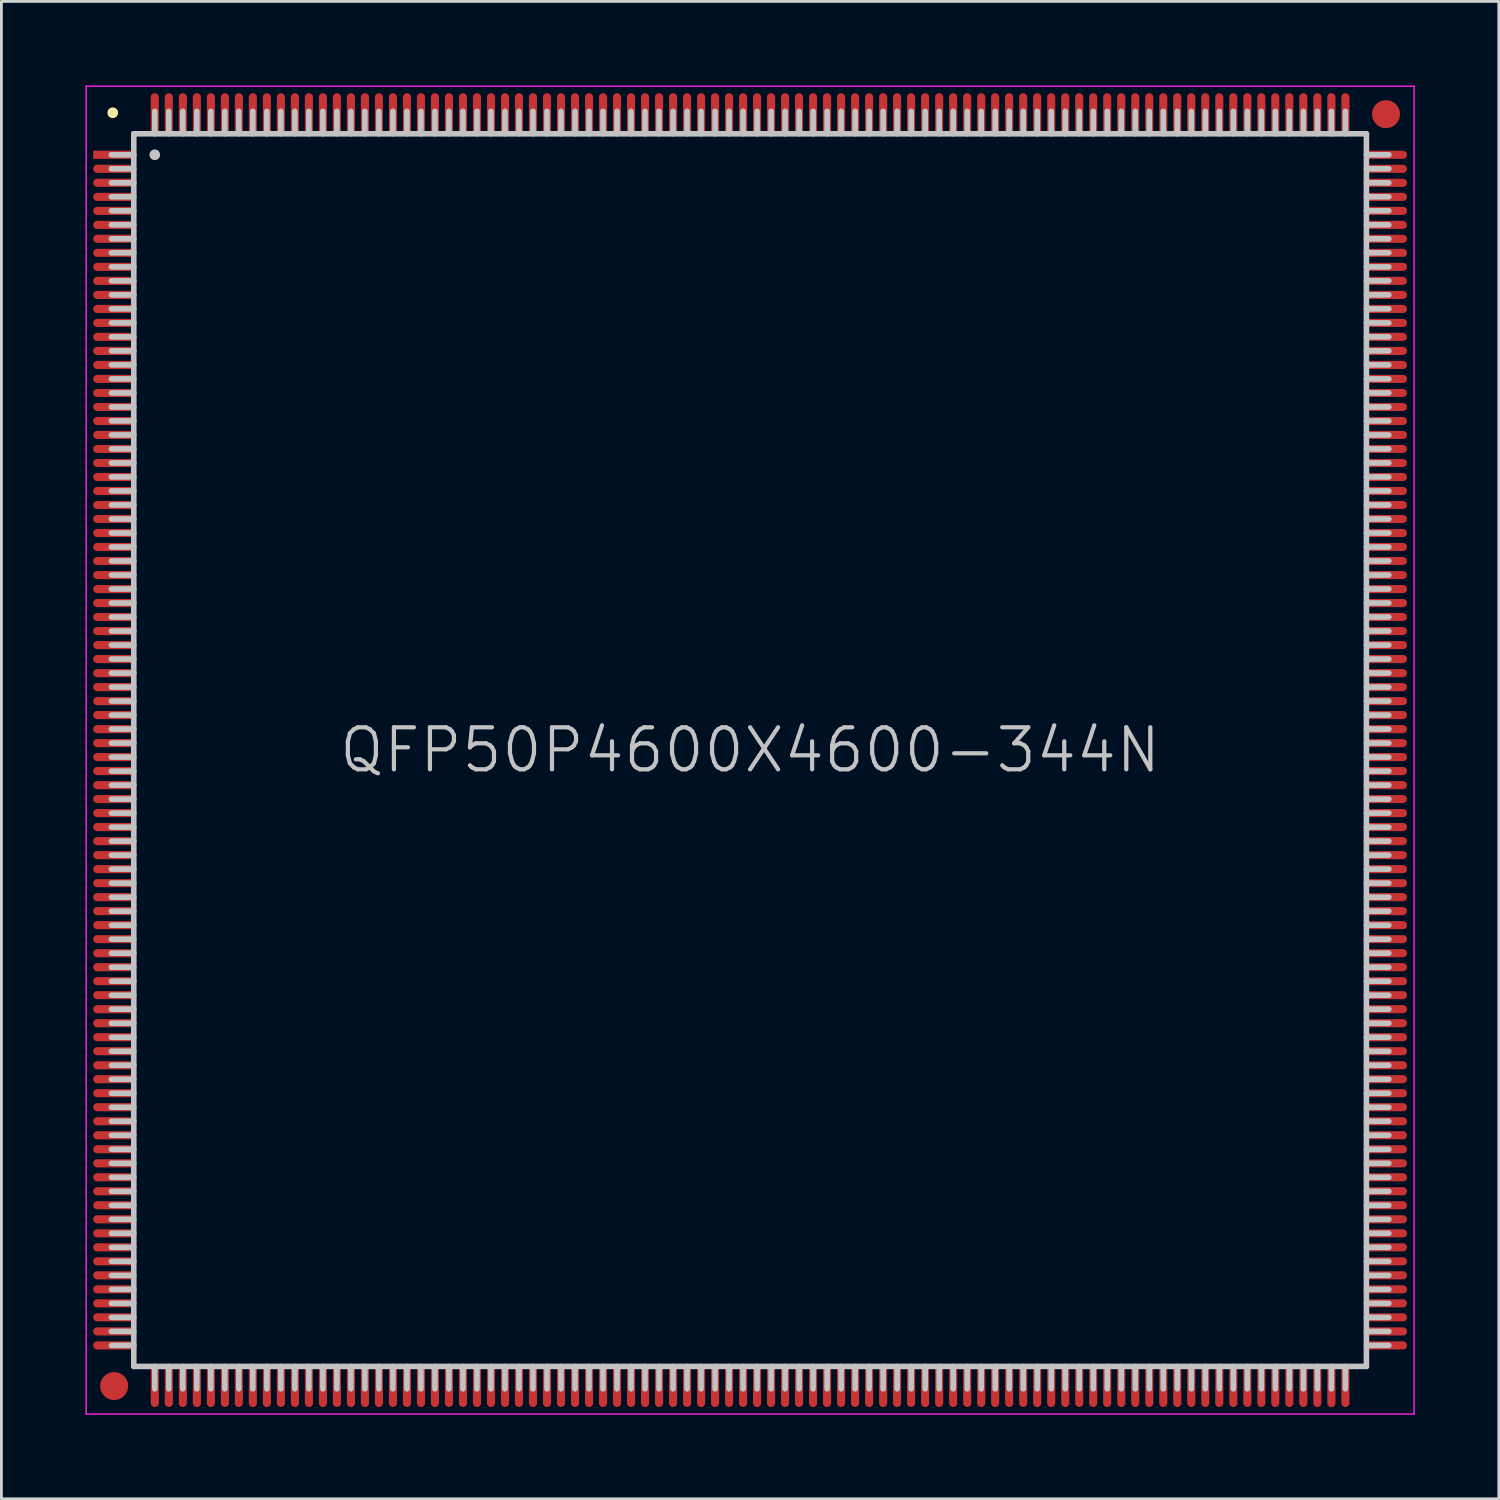
<source format=kicad_pcb>
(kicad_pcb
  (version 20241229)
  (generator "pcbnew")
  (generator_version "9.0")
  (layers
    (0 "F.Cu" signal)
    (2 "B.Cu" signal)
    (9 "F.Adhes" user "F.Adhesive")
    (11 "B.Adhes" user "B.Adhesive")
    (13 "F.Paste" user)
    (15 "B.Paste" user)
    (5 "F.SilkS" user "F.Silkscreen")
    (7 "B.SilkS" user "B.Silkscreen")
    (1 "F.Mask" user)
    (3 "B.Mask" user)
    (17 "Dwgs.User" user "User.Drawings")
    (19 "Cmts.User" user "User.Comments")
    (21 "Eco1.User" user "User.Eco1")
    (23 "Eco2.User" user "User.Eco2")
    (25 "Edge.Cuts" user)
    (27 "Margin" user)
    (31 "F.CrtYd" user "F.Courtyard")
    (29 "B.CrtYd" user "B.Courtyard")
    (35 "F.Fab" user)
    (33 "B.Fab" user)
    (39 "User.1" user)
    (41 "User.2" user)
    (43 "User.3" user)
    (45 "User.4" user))
  (footprint "QFP50P4600X4600-344N"
    (layer "F.Cu")
    (at 23.725 23.725)
    (property "Reference" "QFP50P4600X4600-344N" (at 0 0 0) (layer "Dwgs.User") (effects (font (size 1.5 1.5) (thickness 0.15))))
    (attr smd)
    (fp_line (start -22.75 -22.75) (end -22.75 -22.75) (stroke (width 0.381) (type solid)) (layer "F.SilkS"))
    (fp_line (start -22 -22) (end -22 22) (stroke (width 0.2) (type solid)) (layer "Dwgs.User"))
    (fp_line (start -22 -22) (end 22 -22) (stroke (width 0.2) (type solid)) (layer "Dwgs.User"))
    (fp_line (start -22 -21.25) (end -22.8 -21.25) (stroke (width 0.2) (type solid)) (layer "Dwgs.User"))
    (fp_line (start -22 -20.75) (end -22.8 -20.75) (stroke (width 0.2) (type solid)) (layer "Dwgs.User"))
    (fp_line (start -22 -20.25) (end -22.8 -20.25) (stroke (width 0.2) (type solid)) (layer "Dwgs.User"))
    (fp_line (start -22 -19.75) (end -22.8 -19.75) (stroke (width 0.2) (type solid)) (layer "Dwgs.User"))
    (fp_line (start -22 -19.25) (end -22.8 -19.25) (stroke (width 0.2) (type solid)) (layer "Dwgs.User"))
    (fp_line (start -22 -18.75) (end -22.8 -18.75) (stroke (width 0.2) (type solid)) (layer "Dwgs.User"))
    (fp_line (start -22 -18.25) (end -22.8 -18.25) (stroke (width 0.2) (type solid)) (layer "Dwgs.User"))
    (fp_line (start -22 -17.75) (end -22.8 -17.75) (stroke (width 0.2) (type solid)) (layer "Dwgs.User"))
    (fp_line (start -22 -17.25) (end -22.8 -17.25) (stroke (width 0.2) (type solid)) (layer "Dwgs.User"))
    (fp_line (start -22 -16.75) (end -22.8 -16.75) (stroke (width 0.2) (type solid)) (layer "Dwgs.User"))
    (fp_line (start -22 -16.25) (end -22.8 -16.25) (stroke (width 0.2) (type solid)) (layer "Dwgs.User"))
    (fp_line (start -22 -15.75) (end -22.8 -15.75) (stroke (width 0.2) (type solid)) (layer "Dwgs.User"))
    (fp_line (start -22 -15.25) (end -22.8 -15.25) (stroke (width 0.2) (type solid)) (layer "Dwgs.User"))
    (fp_line (start -22 -14.75) (end -22.8 -14.75) (stroke (width 0.2) (type solid)) (layer "Dwgs.User"))
    (fp_line (start -22 -14.25) (end -22.8 -14.25) (stroke (width 0.2) (type solid)) (layer "Dwgs.User"))
    (fp_line (start -22 -13.75) (end -22.8 -13.75) (stroke (width 0.2) (type solid)) (layer "Dwgs.User"))
    (fp_line (start -22 -13.25) (end -22.8 -13.25) (stroke (width 0.2) (type solid)) (layer "Dwgs.User"))
    (fp_line (start -22 -12.75) (end -22.8 -12.75) (stroke (width 0.2) (type solid)) (layer "Dwgs.User"))
    (fp_line (start -22 -12.25) (end -22.8 -12.25) (stroke (width 0.2) (type solid)) (layer "Dwgs.User"))
    (fp_line (start -22 -11.75) (end -22.8 -11.75) (stroke (width 0.2) (type solid)) (layer "Dwgs.User"))
    (fp_line (start -22 -11.25) (end -22.8 -11.25) (stroke (width 0.2) (type solid)) (layer "Dwgs.User"))
    (fp_line (start -22 -10.75) (end -22.8 -10.75) (stroke (width 0.2) (type solid)) (layer "Dwgs.User"))
    (fp_line (start -22 -10.25) (end -22.8 -10.25) (stroke (width 0.2) (type solid)) (layer "Dwgs.User"))
    (fp_line (start -22 -9.75) (end -22.8 -9.75) (stroke (width 0.2) (type solid)) (layer "Dwgs.User"))
    (fp_line (start -22 -9.25) (end -22.8 -9.25) (stroke (width 0.2) (type solid)) (layer "Dwgs.User"))
    (fp_line (start -22 -8.75) (end -22.8 -8.75) (stroke (width 0.2) (type solid)) (layer "Dwgs.User"))
    (fp_line (start -22 -8.25) (end -22.8 -8.25) (stroke (width 0.2) (type solid)) (layer "Dwgs.User"))
    (fp_line (start -22 -7.75) (end -22.8 -7.75) (stroke (width 0.2) (type solid)) (layer "Dwgs.User"))
    (fp_line (start -22 -7.25) (end -22.8 -7.25) (stroke (width 0.2) (type solid)) (layer "Dwgs.User"))
    (fp_line (start -22 -6.75) (end -22.8 -6.75) (stroke (width 0.2) (type solid)) (layer "Dwgs.User"))
    (fp_line (start -22 -6.25) (end -22.8 -6.25) (stroke (width 0.2) (type solid)) (layer "Dwgs.User"))
    (fp_line (start -22 -5.75) (end -22.8 -5.75) (stroke (width 0.2) (type solid)) (layer "Dwgs.User"))
    (fp_line (start -22 -5.25) (end -22.8 -5.25) (stroke (width 0.2) (type solid)) (layer "Dwgs.User"))
    (fp_line (start -22 -4.75) (end -22.8 -4.75) (stroke (width 0.2) (type solid)) (layer "Dwgs.User"))
    (fp_line (start -22 -4.25) (end -22.8 -4.25) (stroke (width 0.2) (type solid)) (layer "Dwgs.User"))
    (fp_line (start -22 -3.75) (end -22.8 -3.75) (stroke (width 0.2) (type solid)) (layer "Dwgs.User"))
    (fp_line (start -22 -3.25) (end -22.8 -3.25) (stroke (width 0.2) (type solid)) (layer "Dwgs.User"))
    (fp_line (start -22 -2.75) (end -22.8 -2.75) (stroke (width 0.2) (type solid)) (layer "Dwgs.User"))
    (fp_line (start -22 -2.25) (end -22.8 -2.25) (stroke (width 0.2) (type solid)) (layer "Dwgs.User"))
    (fp_line (start -22 -1.75) (end -22.8 -1.75) (stroke (width 0.2) (type solid)) (layer "Dwgs.User"))
    (fp_line (start -22 -1.25) (end -22.8 -1.25) (stroke (width 0.2) (type solid)) (layer "Dwgs.User"))
    (fp_line (start -22 -0.75) (end -22.8 -0.75) (stroke (width 0.2) (type solid)) (layer "Dwgs.User"))
    (fp_line (start -22 -0.25) (end -22.8 -0.25) (stroke (width 0.2) (type solid)) (layer "Dwgs.User"))
    (fp_line (start -22 0.25) (end -22.8 0.25) (stroke (width 0.2) (type solid)) (layer "Dwgs.User"))
    (fp_line (start -22 0.75) (end -22.8 0.75) (stroke (width 0.2) (type solid)) (layer "Dwgs.User"))
    (fp_line (start -22 1.25) (end -22.8 1.25) (stroke (width 0.2) (type solid)) (layer "Dwgs.User"))
    (fp_line (start -22 1.75) (end -22.8 1.75) (stroke (width 0.2) (type solid)) (layer "Dwgs.User"))
    (fp_line (start -22 2.25) (end -22.8 2.25) (stroke (width 0.2) (type solid)) (layer "Dwgs.User"))
    (fp_line (start -22 2.75) (end -22.8 2.75) (stroke (width 0.2) (type solid)) (layer "Dwgs.User"))
    (fp_line (start -22 3.25) (end -22.8 3.25) (stroke (width 0.2) (type solid)) (layer "Dwgs.User"))
    (fp_line (start -22 3.75) (end -22.8 3.75) (stroke (width 0.2) (type solid)) (layer "Dwgs.User"))
    (fp_line (start -22 4.25) (end -22.8 4.25) (stroke (width 0.2) (type solid)) (layer "Dwgs.User"))
    (fp_line (start -22 4.75) (end -22.8 4.75) (stroke (width 0.2) (type solid)) (layer "Dwgs.User"))
    (fp_line (start -22 5.25) (end -22.8 5.25) (stroke (width 0.2) (type solid)) (layer "Dwgs.User"))
    (fp_line (start -22 5.75) (end -22.8 5.75) (stroke (width 0.2) (type solid)) (layer "Dwgs.User"))
    (fp_line (start -22 6.25) (end -22.8 6.25) (stroke (width 0.2) (type solid)) (layer "Dwgs.User"))
    (fp_line (start -22 6.75) (end -22.8 6.75) (stroke (width 0.2) (type solid)) (layer "Dwgs.User"))
    (fp_line (start -22 7.25) (end -22.8 7.25) (stroke (width 0.2) (type solid)) (layer "Dwgs.User"))
    (fp_line (start -22 7.75) (end -22.8 7.75) (stroke (width 0.2) (type solid)) (layer "Dwgs.User"))
    (fp_line (start -22 8.25) (end -22.8 8.25) (stroke (width 0.2) (type solid)) (layer "Dwgs.User"))
    (fp_line (start -22 8.75) (end -22.8 8.75) (stroke (width 0.2) (type solid)) (layer "Dwgs.User"))
    (fp_line (start -22 9.25) (end -22.8 9.25) (stroke (width 0.2) (type solid)) (layer "Dwgs.User"))
    (fp_line (start -22 9.75) (end -22.8 9.75) (stroke (width 0.2) (type solid)) (layer "Dwgs.User"))
    (fp_line (start -22 10.25) (end -22.8 10.25) (stroke (width 0.2) (type solid)) (layer "Dwgs.User"))
    (fp_line (start -22 10.75) (end -22.8 10.75) (stroke (width 0.2) (type solid)) (layer "Dwgs.User"))
    (fp_line (start -22 11.25) (end -22.8 11.25) (stroke (width 0.2) (type solid)) (layer "Dwgs.User"))
    (fp_line (start -22 11.75) (end -22.8 11.75) (stroke (width 0.2) (type solid)) (layer "Dwgs.User"))
    (fp_line (start -22 12.25) (end -22.8 12.25) (stroke (width 0.2) (type solid)) (layer "Dwgs.User"))
    (fp_line (start -22 12.75) (end -22.8 12.75) (stroke (width 0.2) (type solid)) (layer "Dwgs.User"))
    (fp_line (start -22 13.25) (end -22.8 13.25) (stroke (width 0.2) (type solid)) (layer "Dwgs.User"))
    (fp_line (start -22 13.75) (end -22.8 13.75) (stroke (width 0.2) (type solid)) (layer "Dwgs.User"))
    (fp_line (start -22 14.25) (end -22.8 14.25) (stroke (width 0.2) (type solid)) (layer "Dwgs.User"))
    (fp_line (start -22 14.75) (end -22.8 14.75) (stroke (width 0.2) (type solid)) (layer "Dwgs.User"))
    (fp_line (start -22 15.25) (end -22.8 15.25) (stroke (width 0.2) (type solid)) (layer "Dwgs.User"))
    (fp_line (start -22 15.75) (end -22.8 15.75) (stroke (width 0.2) (type solid)) (layer "Dwgs.User"))
    (fp_line (start -22 16.25) (end -22.8 16.25) (stroke (width 0.2) (type solid)) (layer "Dwgs.User"))
    (fp_line (start -22 16.75) (end -22.8 16.75) (stroke (width 0.2) (type solid)) (layer "Dwgs.User"))
    (fp_line (start -22 17.25) (end -22.8 17.25) (stroke (width 0.2) (type solid)) (layer "Dwgs.User"))
    (fp_line (start -22 17.75) (end -22.8 17.75) (stroke (width 0.2) (type solid)) (layer "Dwgs.User"))
    (fp_line (start -22 18.25) (end -22.8 18.25) (stroke (width 0.2) (type solid)) (layer "Dwgs.User"))
    (fp_line (start -22 18.75) (end -22.8 18.75) (stroke (width 0.2) (type solid)) (layer "Dwgs.User"))
    (fp_line (start -22 19.25) (end -22.8 19.25) (stroke (width 0.2) (type solid)) (layer "Dwgs.User"))
    (fp_line (start -22 19.75) (end -22.8 19.75) (stroke (width 0.2) (type solid)) (layer "Dwgs.User"))
    (fp_line (start -22 20.25) (end -22.8 20.25) (stroke (width 0.2) (type solid)) (layer "Dwgs.User"))
    (fp_line (start -22 20.75) (end -22.8 20.75) (stroke (width 0.2) (type solid)) (layer "Dwgs.User"))
    (fp_line (start -22 21.25) (end -22.8 21.25) (stroke (width 0.2) (type solid)) (layer "Dwgs.User"))
    (fp_line (start -22 22) (end 22 22) (stroke (width 0.2) (type solid)) (layer "Dwgs.User"))
    (fp_line (start -21.25 -22) (end -21.25 -22.8) (stroke (width 0.2) (type solid)) (layer "Dwgs.User"))
    (fp_line (start -21.25 -21.25) (end -21.25 -21.25) (stroke (width 0.381) (type solid)) (layer "Dwgs.User"))
    (fp_line (start -21.25 22.8) (end -21.25 22) (stroke (width 0.2) (type solid)) (layer "Dwgs.User"))
    (fp_line (start -20.75 -22) (end -20.75 -22.8) (stroke (width 0.2) (type solid)) (layer "Dwgs.User"))
    (fp_line (start -20.75 22.8) (end -20.75 22) (stroke (width 0.2) (type solid)) (layer "Dwgs.User"))
    (fp_line (start -20.25 -22) (end -20.25 -22.8) (stroke (width 0.2) (type solid)) (layer "Dwgs.User"))
    (fp_line (start -20.25 22.8) (end -20.25 22) (stroke (width 0.2) (type solid)) (layer "Dwgs.User"))
    (fp_line (start -19.75 -22) (end -19.75 -22.8) (stroke (width 0.2) (type solid)) (layer "Dwgs.User"))
    (fp_line (start -19.75 22.8) (end -19.75 22) (stroke (width 0.2) (type solid)) (layer "Dwgs.User"))
    (fp_line (start -19.25 -22) (end -19.25 -22.8) (stroke (width 0.2) (type solid)) (layer "Dwgs.User"))
    (fp_line (start -19.25 22.8) (end -19.25 22) (stroke (width 0.2) (type solid)) (layer "Dwgs.User"))
    (fp_line (start -18.75 -22) (end -18.75 -22.8) (stroke (width 0.2) (type solid)) (layer "Dwgs.User"))
    (fp_line (start -18.75 22.8) (end -18.75 22) (stroke (width 0.2) (type solid)) (layer "Dwgs.User"))
    (fp_line (start -18.25 -22) (end -18.25 -22.8) (stroke (width 0.2) (type solid)) (layer "Dwgs.User"))
    (fp_line (start -18.25 22.8) (end -18.25 22) (stroke (width 0.2) (type solid)) (layer "Dwgs.User"))
    (fp_line (start -17.75 -22) (end -17.75 -22.8) (stroke (width 0.2) (type solid)) (layer "Dwgs.User"))
    (fp_line (start -17.75 22.8) (end -17.75 22) (stroke (width 0.2) (type solid)) (layer "Dwgs.User"))
    (fp_line (start -17.25 -22) (end -17.25 -22.8) (stroke (width 0.2) (type solid)) (layer "Dwgs.User"))
    (fp_line (start -17.25 22.8) (end -17.25 22) (stroke (width 0.2) (type solid)) (layer "Dwgs.User"))
    (fp_line (start -16.75 -22) (end -16.75 -22.8) (stroke (width 0.2) (type solid)) (layer "Dwgs.User"))
    (fp_line (start -16.75 22.8) (end -16.75 22) (stroke (width 0.2) (type solid)) (layer "Dwgs.User"))
    (fp_line (start -16.25 -22) (end -16.25 -22.8) (stroke (width 0.2) (type solid)) (layer "Dwgs.User"))
    (fp_line (start -16.25 22.8) (end -16.25 22) (stroke (width 0.2) (type solid)) (layer "Dwgs.User"))
    (fp_line (start -15.75 -22) (end -15.75 -22.8) (stroke (width 0.2) (type solid)) (layer "Dwgs.User"))
    (fp_line (start -15.75 22.8) (end -15.75 22) (stroke (width 0.2) (type solid)) (layer "Dwgs.User"))
    (fp_line (start -15.25 -22) (end -15.25 -22.8) (stroke (width 0.2) (type solid)) (layer "Dwgs.User"))
    (fp_line (start -15.25 22.8) (end -15.25 22) (stroke (width 0.2) (type solid)) (layer "Dwgs.User"))
    (fp_line (start -14.75 -22) (end -14.75 -22.8) (stroke (width 0.2) (type solid)) (layer "Dwgs.User"))
    (fp_line (start -14.75 22.8) (end -14.75 22) (stroke (width 0.2) (type solid)) (layer "Dwgs.User"))
    (fp_line (start -14.25 -22) (end -14.25 -22.8) (stroke (width 0.2) (type solid)) (layer "Dwgs.User"))
    (fp_line (start -14.25 22.8) (end -14.25 22) (stroke (width 0.2) (type solid)) (layer "Dwgs.User"))
    (fp_line (start -13.75 -22) (end -13.75 -22.8) (stroke (width 0.2) (type solid)) (layer "Dwgs.User"))
    (fp_line (start -13.75 22.8) (end -13.75 22) (stroke (width 0.2) (type solid)) (layer "Dwgs.User"))
    (fp_line (start -13.25 -22) (end -13.25 -22.8) (stroke (width 0.2) (type solid)) (layer "Dwgs.User"))
    (fp_line (start -13.25 22.8) (end -13.25 22) (stroke (width 0.2) (type solid)) (layer "Dwgs.User"))
    (fp_line (start -12.75 -22) (end -12.75 -22.8) (stroke (width 0.2) (type solid)) (layer "Dwgs.User"))
    (fp_line (start -12.75 22.8) (end -12.75 22) (stroke (width 0.2) (type solid)) (layer "Dwgs.User"))
    (fp_line (start -12.25 -22) (end -12.25 -22.8) (stroke (width 0.2) (type solid)) (layer "Dwgs.User"))
    (fp_line (start -12.25 22.8) (end -12.25 22) (stroke (width 0.2) (type solid)) (layer "Dwgs.User"))
    (fp_line (start -11.75 -22) (end -11.75 -22.8) (stroke (width 0.2) (type solid)) (layer "Dwgs.User"))
    (fp_line (start -11.75 22.8) (end -11.75 22) (stroke (width 0.2) (type solid)) (layer "Dwgs.User"))
    (fp_line (start -11.25 -22) (end -11.25 -22.8) (stroke (width 0.2) (type solid)) (layer "Dwgs.User"))
    (fp_line (start -11.25 22.8) (end -11.25 22) (stroke (width 0.2) (type solid)) (layer "Dwgs.User"))
    (fp_line (start -10.75 -22) (end -10.75 -22.8) (stroke (width 0.2) (type solid)) (layer "Dwgs.User"))
    (fp_line (start -10.75 22.8) (end -10.75 22) (stroke (width 0.2) (type solid)) (layer "Dwgs.User"))
    (fp_line (start -10.25 -22) (end -10.25 -22.8) (stroke (width 0.2) (type solid)) (layer "Dwgs.User"))
    (fp_line (start -10.25 22.8) (end -10.25 22) (stroke (width 0.2) (type solid)) (layer "Dwgs.User"))
    (fp_line (start -9.75 -22) (end -9.75 -22.8) (stroke (width 0.2) (type solid)) (layer "Dwgs.User"))
    (fp_line (start -9.75 22.8) (end -9.75 22) (stroke (width 0.2) (type solid)) (layer "Dwgs.User"))
    (fp_line (start -9.25 -22) (end -9.25 -22.8) (stroke (width 0.2) (type solid)) (layer "Dwgs.User"))
    (fp_line (start -9.25 22.8) (end -9.25 22) (stroke (width 0.2) (type solid)) (layer "Dwgs.User"))
    (fp_line (start -8.75 -22) (end -8.75 -22.8) (stroke (width 0.2) (type solid)) (layer "Dwgs.User"))
    (fp_line (start -8.75 22.8) (end -8.75 22) (stroke (width 0.2) (type solid)) (layer "Dwgs.User"))
    (fp_line (start -8.25 -22) (end -8.25 -22.8) (stroke (width 0.2) (type solid)) (layer "Dwgs.User"))
    (fp_line (start -8.25 22.8) (end -8.25 22) (stroke (width 0.2) (type solid)) (layer "Dwgs.User"))
    (fp_line (start -7.75 -22) (end -7.75 -22.8) (stroke (width 0.2) (type solid)) (layer "Dwgs.User"))
    (fp_line (start -7.75 22.8) (end -7.75 22) (stroke (width 0.2) (type solid)) (layer "Dwgs.User"))
    (fp_line (start -7.25 -22) (end -7.25 -22.8) (stroke (width 0.2) (type solid)) (layer "Dwgs.User"))
    (fp_line (start -7.25 22.8) (end -7.25 22) (stroke (width 0.2) (type solid)) (layer "Dwgs.User"))
    (fp_line (start -6.75 -22) (end -6.75 -22.8) (stroke (width 0.2) (type solid)) (layer "Dwgs.User"))
    (fp_line (start -6.75 22.8) (end -6.75 22) (stroke (width 0.2) (type solid)) (layer "Dwgs.User"))
    (fp_line (start -6.25 -22) (end -6.25 -22.8) (stroke (width 0.2) (type solid)) (layer "Dwgs.User"))
    (fp_line (start -6.25 22.8) (end -6.25 22) (stroke (width 0.2) (type solid)) (layer "Dwgs.User"))
    (fp_line (start -5.75 -22) (end -5.75 -22.8) (stroke (width 0.2) (type solid)) (layer "Dwgs.User"))
    (fp_line (start -5.75 22.8) (end -5.75 22) (stroke (width 0.2) (type solid)) (layer "Dwgs.User"))
    (fp_line (start -5.25 -22) (end -5.25 -22.8) (stroke (width 0.2) (type solid)) (layer "Dwgs.User"))
    (fp_line (start -5.25 22.8) (end -5.25 22) (stroke (width 0.2) (type solid)) (layer "Dwgs.User"))
    (fp_line (start -4.75 -22) (end -4.75 -22.8) (stroke (width 0.2) (type solid)) (layer "Dwgs.User"))
    (fp_line (start -4.75 22.8) (end -4.75 22) (stroke (width 0.2) (type solid)) (layer "Dwgs.User"))
    (fp_line (start -4.25 -22) (end -4.25 -22.8) (stroke (width 0.2) (type solid)) (layer "Dwgs.User"))
    (fp_line (start -4.25 22.8) (end -4.25 22) (stroke (width 0.2) (type solid)) (layer "Dwgs.User"))
    (fp_line (start -3.75 -22) (end -3.75 -22.8) (stroke (width 0.2) (type solid)) (layer "Dwgs.User"))
    (fp_line (start -3.75 22.8) (end -3.75 22) (stroke (width 0.2) (type solid)) (layer "Dwgs.User"))
    (fp_line (start -3.25 -22) (end -3.25 -22.8) (stroke (width 0.2) (type solid)) (layer "Dwgs.User"))
    (fp_line (start -3.25 22.8) (end -3.25 22) (stroke (width 0.2) (type solid)) (layer "Dwgs.User"))
    (fp_line (start -2.75 -22) (end -2.75 -22.8) (stroke (width 0.2) (type solid)) (layer "Dwgs.User"))
    (fp_line (start -2.75 22.8) (end -2.75 22) (stroke (width 0.2) (type solid)) (layer "Dwgs.User"))
    (fp_line (start -2.25 -22) (end -2.25 -22.8) (stroke (width 0.2) (type solid)) (layer "Dwgs.User"))
    (fp_line (start -2.25 22.8) (end -2.25 22) (stroke (width 0.2) (type solid)) (layer "Dwgs.User"))
    (fp_line (start -1.75 -22) (end -1.75 -22.8) (stroke (width 0.2) (type solid)) (layer "Dwgs.User"))
    (fp_line (start -1.75 22.8) (end -1.75 22) (stroke (width 0.2) (type solid)) (layer "Dwgs.User"))
    (fp_line (start -1.25 -22) (end -1.25 -22.8) (stroke (width 0.2) (type solid)) (layer "Dwgs.User"))
    (fp_line (start -1.25 22.8) (end -1.25 22) (stroke (width 0.2) (type solid)) (layer "Dwgs.User"))
    (fp_line (start -0.75 -22) (end -0.75 -22.8) (stroke (width 0.2) (type solid)) (layer "Dwgs.User"))
    (fp_line (start -0.75 22.8) (end -0.75 22) (stroke (width 0.2) (type solid)) (layer "Dwgs.User"))
    (fp_line (start -0.25 -22) (end -0.25 -22.8) (stroke (width 0.2) (type solid)) (layer "Dwgs.User"))
    (fp_line (start -0.25 22.8) (end -0.25 22) (stroke (width 0.2) (type solid)) (layer "Dwgs.User"))
    (fp_line (start 0.25 -22) (end 0.25 -22.8) (stroke (width 0.2) (type solid)) (layer "Dwgs.User"))
    (fp_line (start 0.25 22.8) (end 0.25 22) (stroke (width 0.2) (type solid)) (layer "Dwgs.User"))
    (fp_line (start 0.75 -22) (end 0.75 -22.8) (stroke (width 0.2) (type solid)) (layer "Dwgs.User"))
    (fp_line (start 0.75 22.8) (end 0.75 22) (stroke (width 0.2) (type solid)) (layer "Dwgs.User"))
    (fp_line (start 1.25 -22) (end 1.25 -22.8) (stroke (width 0.2) (type solid)) (layer "Dwgs.User"))
    (fp_line (start 1.25 22.8) (end 1.25 22) (stroke (width 0.2) (type solid)) (layer "Dwgs.User"))
    (fp_line (start 1.75 -22) (end 1.75 -22.8) (stroke (width 0.2) (type solid)) (layer "Dwgs.User"))
    (fp_line (start 1.75 22.8) (end 1.75 22) (stroke (width 0.2) (type solid)) (layer "Dwgs.User"))
    (fp_line (start 2.25 -22) (end 2.25 -22.8) (stroke (width 0.2) (type solid)) (layer "Dwgs.User"))
    (fp_line (start 2.25 22.8) (end 2.25 22) (stroke (width 0.2) (type solid)) (layer "Dwgs.User"))
    (fp_line (start 2.75 -22) (end 2.75 -22.8) (stroke (width 0.2) (type solid)) (layer "Dwgs.User"))
    (fp_line (start 2.75 22.8) (end 2.75 22) (stroke (width 0.2) (type solid)) (layer "Dwgs.User"))
    (fp_line (start 3.25 -22) (end 3.25 -22.8) (stroke (width 0.2) (type solid)) (layer "Dwgs.User"))
    (fp_line (start 3.25 22.8) (end 3.25 22) (stroke (width 0.2) (type solid)) (layer "Dwgs.User"))
    (fp_line (start 3.75 -22) (end 3.75 -22.8) (stroke (width 0.2) (type solid)) (layer "Dwgs.User"))
    (fp_line (start 3.75 22.8) (end 3.75 22) (stroke (width 0.2) (type solid)) (layer "Dwgs.User"))
    (fp_line (start 4.25 -22) (end 4.25 -22.8) (stroke (width 0.2) (type solid)) (layer "Dwgs.User"))
    (fp_line (start 4.25 22.8) (end 4.25 22) (stroke (width 0.2) (type solid)) (layer "Dwgs.User"))
    (fp_line (start 4.75 -22) (end 4.75 -22.8) (stroke (width 0.2) (type solid)) (layer "Dwgs.User"))
    (fp_line (start 4.75 22.8) (end 4.75 22) (stroke (width 0.2) (type solid)) (layer "Dwgs.User"))
    (fp_line (start 5.25 -22) (end 5.25 -22.8) (stroke (width 0.2) (type solid)) (layer "Dwgs.User"))
    (fp_line (start 5.25 22.8) (end 5.25 22) (stroke (width 0.2) (type solid)) (layer "Dwgs.User"))
    (fp_line (start 5.75 -22) (end 5.75 -22.8) (stroke (width 0.2) (type solid)) (layer "Dwgs.User"))
    (fp_line (start 5.75 22.8) (end 5.75 22) (stroke (width 0.2) (type solid)) (layer "Dwgs.User"))
    (fp_line (start 6.25 -22) (end 6.25 -22.8) (stroke (width 0.2) (type solid)) (layer "Dwgs.User"))
    (fp_line (start 6.25 22.8) (end 6.25 22) (stroke (width 0.2) (type solid)) (layer "Dwgs.User"))
    (fp_line (start 6.75 -22) (end 6.75 -22.8) (stroke (width 0.2) (type solid)) (layer "Dwgs.User"))
    (fp_line (start 6.75 22.8) (end 6.75 22) (stroke (width 0.2) (type solid)) (layer "Dwgs.User"))
    (fp_line (start 7.25 -22) (end 7.25 -22.8) (stroke (width 0.2) (type solid)) (layer "Dwgs.User"))
    (fp_line (start 7.25 22.8) (end 7.25 22) (stroke (width 0.2) (type solid)) (layer "Dwgs.User"))
    (fp_line (start 7.75 -22) (end 7.75 -22.8) (stroke (width 0.2) (type solid)) (layer "Dwgs.User"))
    (fp_line (start 7.75 22.8) (end 7.75 22) (stroke (width 0.2) (type solid)) (layer "Dwgs.User"))
    (fp_line (start 8.25 -22) (end 8.25 -22.8) (stroke (width 0.2) (type solid)) (layer "Dwgs.User"))
    (fp_line (start 8.25 22.8) (end 8.25 22) (stroke (width 0.2) (type solid)) (layer "Dwgs.User"))
    (fp_line (start 8.75 -22) (end 8.75 -22.8) (stroke (width 0.2) (type solid)) (layer "Dwgs.User"))
    (fp_line (start 8.75 22.8) (end 8.75 22) (stroke (width 0.2) (type solid)) (layer "Dwgs.User"))
    (fp_line (start 9.25 -22) (end 9.25 -22.8) (stroke (width 0.2) (type solid)) (layer "Dwgs.User"))
    (fp_line (start 9.25 22.8) (end 9.25 22) (stroke (width 0.2) (type solid)) (layer "Dwgs.User"))
    (fp_line (start 9.75 -22) (end 9.75 -22.8) (stroke (width 0.2) (type solid)) (layer "Dwgs.User"))
    (fp_line (start 9.75 22.8) (end 9.75 22) (stroke (width 0.2) (type solid)) (layer "Dwgs.User"))
    (fp_line (start 10.25 -22) (end 10.25 -22.8) (stroke (width 0.2) (type solid)) (layer "Dwgs.User"))
    (fp_line (start 10.25 22.8) (end 10.25 22) (stroke (width 0.2) (type solid)) (layer "Dwgs.User"))
    (fp_line (start 10.75 -22) (end 10.75 -22.8) (stroke (width 0.2) (type solid)) (layer "Dwgs.User"))
    (fp_line (start 10.75 22.8) (end 10.75 22) (stroke (width 0.2) (type solid)) (layer "Dwgs.User"))
    (fp_line (start 11.25 -22) (end 11.25 -22.8) (stroke (width 0.2) (type solid)) (layer "Dwgs.User"))
    (fp_line (start 11.25 22.8) (end 11.25 22) (stroke (width 0.2) (type solid)) (layer "Dwgs.User"))
    (fp_line (start 11.75 -22) (end 11.75 -22.8) (stroke (width 0.2) (type solid)) (layer "Dwgs.User"))
    (fp_line (start 11.75 22.8) (end 11.75 22) (stroke (width 0.2) (type solid)) (layer "Dwgs.User"))
    (fp_line (start 12.25 -22) (end 12.25 -22.8) (stroke (width 0.2) (type solid)) (layer "Dwgs.User"))
    (fp_line (start 12.25 22.8) (end 12.25 22) (stroke (width 0.2) (type solid)) (layer "Dwgs.User"))
    (fp_line (start 12.75 -22) (end 12.75 -22.8) (stroke (width 0.2) (type solid)) (layer "Dwgs.User"))
    (fp_line (start 12.75 22.8) (end 12.75 22) (stroke (width 0.2) (type solid)) (layer "Dwgs.User"))
    (fp_line (start 13.25 -22) (end 13.25 -22.8) (stroke (width 0.2) (type solid)) (layer "Dwgs.User"))
    (fp_line (start 13.25 22.8) (end 13.25 22) (stroke (width 0.2) (type solid)) (layer "Dwgs.User"))
    (fp_line (start 13.75 -22) (end 13.75 -22.8) (stroke (width 0.2) (type solid)) (layer "Dwgs.User"))
    (fp_line (start 13.75 22.8) (end 13.75 22) (stroke (width 0.2) (type solid)) (layer "Dwgs.User"))
    (fp_line (start 14.25 -22) (end 14.25 -22.8) (stroke (width 0.2) (type solid)) (layer "Dwgs.User"))
    (fp_line (start 14.25 22.8) (end 14.25 22) (stroke (width 0.2) (type solid)) (layer "Dwgs.User"))
    (fp_line (start 14.75 -22) (end 14.75 -22.8) (stroke (width 0.2) (type solid)) (layer "Dwgs.User"))
    (fp_line (start 14.75 22.8) (end 14.75 22) (stroke (width 0.2) (type solid)) (layer "Dwgs.User"))
    (fp_line (start 15.25 -22) (end 15.25 -22.8) (stroke (width 0.2) (type solid)) (layer "Dwgs.User"))
    (fp_line (start 15.25 22.8) (end 15.25 22) (stroke (width 0.2) (type solid)) (layer "Dwgs.User"))
    (fp_line (start 15.75 -22) (end 15.75 -22.8) (stroke (width 0.2) (type solid)) (layer "Dwgs.User"))
    (fp_line (start 15.75 22.8) (end 15.75 22) (stroke (width 0.2) (type solid)) (layer "Dwgs.User"))
    (fp_line (start 16.25 -22) (end 16.25 -22.8) (stroke (width 0.2) (type solid)) (layer "Dwgs.User"))
    (fp_line (start 16.25 22.8) (end 16.25 22) (stroke (width 0.2) (type solid)) (layer "Dwgs.User"))
    (fp_line (start 16.75 -22) (end 16.75 -22.8) (stroke (width 0.2) (type solid)) (layer "Dwgs.User"))
    (fp_line (start 16.75 22.8) (end 16.75 22) (stroke (width 0.2) (type solid)) (layer "Dwgs.User"))
    (fp_line (start 17.25 -22) (end 17.25 -22.8) (stroke (width 0.2) (type solid)) (layer "Dwgs.User"))
    (fp_line (start 17.25 22.8) (end 17.25 22) (stroke (width 0.2) (type solid)) (layer "Dwgs.User"))
    (fp_line (start 17.75 -22) (end 17.75 -22.8) (stroke (width 0.2) (type solid)) (layer "Dwgs.User"))
    (fp_line (start 17.75 22.8) (end 17.75 22) (stroke (width 0.2) (type solid)) (layer "Dwgs.User"))
    (fp_line (start 18.25 -22) (end 18.25 -22.8) (stroke (width 0.2) (type solid)) (layer "Dwgs.User"))
    (fp_line (start 18.25 22.8) (end 18.25 22) (stroke (width 0.2) (type solid)) (layer "Dwgs.User"))
    (fp_line (start 18.75 -22) (end 18.75 -22.8) (stroke (width 0.2) (type solid)) (layer "Dwgs.User"))
    (fp_line (start 18.75 22.8) (end 18.75 22) (stroke (width 0.2) (type solid)) (layer "Dwgs.User"))
    (fp_line (start 19.25 -22) (end 19.25 -22.8) (stroke (width 0.2) (type solid)) (layer "Dwgs.User"))
    (fp_line (start 19.25 22.8) (end 19.25 22) (stroke (width 0.2) (type solid)) (layer "Dwgs.User"))
    (fp_line (start 19.75 -22) (end 19.75 -22.8) (stroke (width 0.2) (type solid)) (layer "Dwgs.User"))
    (fp_line (start 19.75 22.8) (end 19.75 22) (stroke (width 0.2) (type solid)) (layer "Dwgs.User"))
    (fp_line (start 20.25 -22) (end 20.25 -22.8) (stroke (width 0.2) (type solid)) (layer "Dwgs.User"))
    (fp_line (start 20.25 22.8) (end 20.25 22) (stroke (width 0.2) (type solid)) (layer "Dwgs.User"))
    (fp_line (start 20.75 -22) (end 20.75 -22.8) (stroke (width 0.2) (type solid)) (layer "Dwgs.User"))
    (fp_line (start 20.75 22.8) (end 20.75 22) (stroke (width 0.2) (type solid)) (layer "Dwgs.User"))
    (fp_line (start 21.25 -22) (end 21.25 -22.8) (stroke (width 0.2) (type solid)) (layer "Dwgs.User"))
    (fp_line (start 21.25 22.8) (end 21.25 22) (stroke (width 0.2) (type solid)) (layer "Dwgs.User"))
    (fp_line (start 22 -22) (end 22 22) (stroke (width 0.2) (type solid)) (layer "Dwgs.User"))
    (fp_line (start 22.8 -21.25) (end 22 -21.25) (stroke (width 0.2) (type solid)) (layer "Dwgs.User"))
    (fp_line (start 22.8 -20.75) (end 22 -20.75) (stroke (width 0.2) (type solid)) (layer "Dwgs.User"))
    (fp_line (start 22.8 -20.25) (end 22 -20.25) (stroke (width 0.2) (type solid)) (layer "Dwgs.User"))
    (fp_line (start 22.8 -19.75) (end 22 -19.75) (stroke (width 0.2) (type solid)) (layer "Dwgs.User"))
    (fp_line (start 22.8 -19.25) (end 22 -19.25) (stroke (width 0.2) (type solid)) (layer "Dwgs.User"))
    (fp_line (start 22.8 -18.75) (end 22 -18.75) (stroke (width 0.2) (type solid)) (layer "Dwgs.User"))
    (fp_line (start 22.8 -18.25) (end 22 -18.25) (stroke (width 0.2) (type solid)) (layer "Dwgs.User"))
    (fp_line (start 22.8 -17.75) (end 22 -17.75) (stroke (width 0.2) (type solid)) (layer "Dwgs.User"))
    (fp_line (start 22.8 -17.25) (end 22 -17.25) (stroke (width 0.2) (type solid)) (layer "Dwgs.User"))
    (fp_line (start 22.8 -16.75) (end 22 -16.75) (stroke (width 0.2) (type solid)) (layer "Dwgs.User"))
    (fp_line (start 22.8 -16.25) (end 22 -16.25) (stroke (width 0.2) (type solid)) (layer "Dwgs.User"))
    (fp_line (start 22.8 -15.75) (end 22 -15.75) (stroke (width 0.2) (type solid)) (layer "Dwgs.User"))
    (fp_line (start 22.8 -15.25) (end 22 -15.25) (stroke (width 0.2) (type solid)) (layer "Dwgs.User"))
    (fp_line (start 22.8 -14.75) (end 22 -14.75) (stroke (width 0.2) (type solid)) (layer "Dwgs.User"))
    (fp_line (start 22.8 -14.25) (end 22 -14.25) (stroke (width 0.2) (type solid)) (layer "Dwgs.User"))
    (fp_line (start 22.8 -13.75) (end 22 -13.75) (stroke (width 0.2) (type solid)) (layer "Dwgs.User"))
    (fp_line (start 22.8 -13.25) (end 22 -13.25) (stroke (width 0.2) (type solid)) (layer "Dwgs.User"))
    (fp_line (start 22.8 -12.75) (end 22 -12.75) (stroke (width 0.2) (type solid)) (layer "Dwgs.User"))
    (fp_line (start 22.8 -12.25) (end 22 -12.25) (stroke (width 0.2) (type solid)) (layer "Dwgs.User"))
    (fp_line (start 22.8 -11.75) (end 22 -11.75) (stroke (width 0.2) (type solid)) (layer "Dwgs.User"))
    (fp_line (start 22.8 -11.25) (end 22 -11.25) (stroke (width 0.2) (type solid)) (layer "Dwgs.User"))
    (fp_line (start 22.8 -10.75) (end 22 -10.75) (stroke (width 0.2) (type solid)) (layer "Dwgs.User"))
    (fp_line (start 22.8 -10.25) (end 22 -10.25) (stroke (width 0.2) (type solid)) (layer "Dwgs.User"))
    (fp_line (start 22.8 -9.75) (end 22 -9.75) (stroke (width 0.2) (type solid)) (layer "Dwgs.User"))
    (fp_line (start 22.8 -9.25) (end 22 -9.25) (stroke (width 0.2) (type solid)) (layer "Dwgs.User"))
    (fp_line (start 22.8 -8.75) (end 22 -8.75) (stroke (width 0.2) (type solid)) (layer "Dwgs.User"))
    (fp_line (start 22.8 -8.25) (end 22 -8.25) (stroke (width 0.2) (type solid)) (layer "Dwgs.User"))
    (fp_line (start 22.8 -7.75) (end 22 -7.75) (stroke (width 0.2) (type solid)) (layer "Dwgs.User"))
    (fp_line (start 22.8 -7.25) (end 22 -7.25) (stroke (width 0.2) (type solid)) (layer "Dwgs.User"))
    (fp_line (start 22.8 -6.75) (end 22 -6.75) (stroke (width 0.2) (type solid)) (layer "Dwgs.User"))
    (fp_line (start 22.8 -6.25) (end 22 -6.25) (stroke (width 0.2) (type solid)) (layer "Dwgs.User"))
    (fp_line (start 22.8 -5.75) (end 22 -5.75) (stroke (width 0.2) (type solid)) (layer "Dwgs.User"))
    (fp_line (start 22.8 -5.25) (end 22 -5.25) (stroke (width 0.2) (type solid)) (layer "Dwgs.User"))
    (fp_line (start 22.8 -4.75) (end 22 -4.75) (stroke (width 0.2) (type solid)) (layer "Dwgs.User"))
    (fp_line (start 22.8 -4.25) (end 22 -4.25) (stroke (width 0.2) (type solid)) (layer "Dwgs.User"))
    (fp_line (start 22.8 -3.75) (end 22 -3.75) (stroke (width 0.2) (type solid)) (layer "Dwgs.User"))
    (fp_line (start 22.8 -3.25) (end 22 -3.25) (stroke (width 0.2) (type solid)) (layer "Dwgs.User"))
    (fp_line (start 22.8 -2.75) (end 22 -2.75) (stroke (width 0.2) (type solid)) (layer "Dwgs.User"))
    (fp_line (start 22.8 -2.25) (end 22 -2.25) (stroke (width 0.2) (type solid)) (layer "Dwgs.User"))
    (fp_line (start 22.8 -1.75) (end 22 -1.75) (stroke (width 0.2) (type solid)) (layer "Dwgs.User"))
    (fp_line (start 22.8 -1.25) (end 22 -1.25) (stroke (width 0.2) (type solid)) (layer "Dwgs.User"))
    (fp_line (start 22.8 -0.75) (end 22 -0.75) (stroke (width 0.2) (type solid)) (layer "Dwgs.User"))
    (fp_line (start 22.8 -0.25) (end 22 -0.25) (stroke (width 0.2) (type solid)) (layer "Dwgs.User"))
    (fp_line (start 22.8 0.25) (end 22 0.25) (stroke (width 0.2) (type solid)) (layer "Dwgs.User"))
    (fp_line (start 22.8 0.75) (end 22 0.75) (stroke (width 0.2) (type solid)) (layer "Dwgs.User"))
    (fp_line (start 22.8 1.25) (end 22 1.25) (stroke (width 0.2) (type solid)) (layer "Dwgs.User"))
    (fp_line (start 22.8 1.75) (end 22 1.75) (stroke (width 0.2) (type solid)) (layer "Dwgs.User"))
    (fp_line (start 22.8 2.25) (end 22 2.25) (stroke (width 0.2) (type solid)) (layer "Dwgs.User"))
    (fp_line (start 22.8 2.75) (end 22 2.75) (stroke (width 0.2) (type solid)) (layer "Dwgs.User"))
    (fp_line (start 22.8 3.25) (end 22 3.25) (stroke (width 0.2) (type solid)) (layer "Dwgs.User"))
    (fp_line (start 22.8 3.75) (end 22 3.75) (stroke (width 0.2) (type solid)) (layer "Dwgs.User"))
    (fp_line (start 22.8 4.25) (end 22 4.25) (stroke (width 0.2) (type solid)) (layer "Dwgs.User"))
    (fp_line (start 22.8 4.75) (end 22 4.75) (stroke (width 0.2) (type solid)) (layer "Dwgs.User"))
    (fp_line (start 22.8 5.25) (end 22 5.25) (stroke (width 0.2) (type solid)) (layer "Dwgs.User"))
    (fp_line (start 22.8 5.75) (end 22 5.75) (stroke (width 0.2) (type solid)) (layer "Dwgs.User"))
    (fp_line (start 22.8 6.25) (end 22 6.25) (stroke (width 0.2) (type solid)) (layer "Dwgs.User"))
    (fp_line (start 22.8 6.75) (end 22 6.75) (stroke (width 0.2) (type solid)) (layer "Dwgs.User"))
    (fp_line (start 22.8 7.25) (end 22 7.25) (stroke (width 0.2) (type solid)) (layer "Dwgs.User"))
    (fp_line (start 22.8 7.75) (end 22 7.75) (stroke (width 0.2) (type solid)) (layer "Dwgs.User"))
    (fp_line (start 22.8 8.25) (end 22 8.25) (stroke (width 0.2) (type solid)) (layer "Dwgs.User"))
    (fp_line (start 22.8 8.75) (end 22 8.75) (stroke (width 0.2) (type solid)) (layer "Dwgs.User"))
    (fp_line (start 22.8 9.25) (end 22 9.25) (stroke (width 0.2) (type solid)) (layer "Dwgs.User"))
    (fp_line (start 22.8 9.75) (end 22 9.75) (stroke (width 0.2) (type solid)) (layer "Dwgs.User"))
    (fp_line (start 22.8 10.25) (end 22 10.25) (stroke (width 0.2) (type solid)) (layer "Dwgs.User"))
    (fp_line (start 22.8 10.75) (end 22 10.75) (stroke (width 0.2) (type solid)) (layer "Dwgs.User"))
    (fp_line (start 22.8 11.25) (end 22 11.25) (stroke (width 0.2) (type solid)) (layer "Dwgs.User"))
    (fp_line (start 22.8 11.75) (end 22 11.75) (stroke (width 0.2) (type solid)) (layer "Dwgs.User"))
    (fp_line (start 22.8 12.25) (end 22 12.25) (stroke (width 0.2) (type solid)) (layer "Dwgs.User"))
    (fp_line (start 22.8 12.75) (end 22 12.75) (stroke (width 0.2) (type solid)) (layer "Dwgs.User"))
    (fp_line (start 22.8 13.25) (end 22 13.25) (stroke (width 0.2) (type solid)) (layer "Dwgs.User"))
    (fp_line (start 22.8 13.75) (end 22 13.75) (stroke (width 0.2) (type solid)) (layer "Dwgs.User"))
    (fp_line (start 22.8 14.25) (end 22 14.25) (stroke (width 0.2) (type solid)) (layer "Dwgs.User"))
    (fp_line (start 22.8 14.75) (end 22 14.75) (stroke (width 0.2) (type solid)) (layer "Dwgs.User"))
    (fp_line (start 22.8 15.25) (end 22 15.25) (stroke (width 0.2) (type solid)) (layer "Dwgs.User"))
    (fp_line (start 22.8 15.75) (end 22 15.75) (stroke (width 0.2) (type solid)) (layer "Dwgs.User"))
    (fp_line (start 22.8 16.25) (end 22 16.25) (stroke (width 0.2) (type solid)) (layer "Dwgs.User"))
    (fp_line (start 22.8 16.75) (end 22 16.75) (stroke (width 0.2) (type solid)) (layer "Dwgs.User"))
    (fp_line (start 22.8 17.25) (end 22 17.25) (stroke (width 0.2) (type solid)) (layer "Dwgs.User"))
    (fp_line (start 22.8 17.75) (end 22 17.75) (stroke (width 0.2) (type solid)) (layer "Dwgs.User"))
    (fp_line (start 22.8 18.25) (end 22 18.25) (stroke (width 0.2) (type solid)) (layer "Dwgs.User"))
    (fp_line (start 22.8 18.75) (end 22 18.75) (stroke (width 0.2) (type solid)) (layer "Dwgs.User"))
    (fp_line (start 22.8 19.25) (end 22 19.25) (stroke (width 0.2) (type solid)) (layer "Dwgs.User"))
    (fp_line (start 22.8 19.75) (end 22 19.75) (stroke (width 0.2) (type solid)) (layer "Dwgs.User"))
    (fp_line (start 22.8 20.25) (end 22 20.25) (stroke (width 0.2) (type solid)) (layer "Dwgs.User"))
    (fp_line (start 22.8 20.75) (end 22 20.75) (stroke (width 0.2) (type solid)) (layer "Dwgs.User"))
    (fp_line (start 22.8 21.25) (end 22 21.25) (stroke (width 0.2) (type solid)) (layer "Dwgs.User"))
    (fp_line (start -23.7 -23.7) (end -23.7 23.7) (stroke (width 0.05) (type solid)) (layer "F.CrtYd"))
    (fp_line (start -23.7 -23.7) (end 23.7 -23.7) (stroke (width 0.05) (type solid)) (layer "F.CrtYd"))
    (fp_line (start -23.7 23.7) (end 23.7 23.7) (stroke (width 0.05) (type solid)) (layer "F.CrtYd"))
    (fp_line (start 23.7 -23.7) (end 23.7 23.7) (stroke (width 0.05) (type solid)) (layer "F.CrtYd"))
    (pad "" smd circle (at -22.7 22.7) (size 1 1) (layers "F.Cu" "F.Mask"))
    (pad "" smd circle (at 22.7 -22.7) (size 1 1) (layers "F.Cu" "F.Mask"))
    (pad "1" smd rect (at -22.7 -21.25 90) (size 0.29 1.5) (layers "F.Cu" "F.Mask" "F.Paste"))
    (pad "2" smd oval (at -22.7 -20.749 90) (size 0.29 1.5) (layers "F.Cu" "F.Mask" "F.Paste"))
    (pad "3" smd oval (at -22.7 -20.249 90) (size 0.29 1.5) (layers "F.Cu" "F.Mask" "F.Paste"))
    (pad "4" smd oval (at -22.7 -19.748 90) (size 0.29 1.5) (layers "F.Cu" "F.Mask" "F.Paste"))
    (pad "5" smd oval (at -22.7 -19.248 90) (size 0.29 1.5) (layers "F.Cu" "F.Mask" "F.Paste"))
    (pad "6" smd oval (at -22.7 -18.748 90) (size 0.29 1.5) (layers "F.Cu" "F.Mask" "F.Paste"))
    (pad "7" smd oval (at -22.7 -18.25 90) (size 0.29 1.5) (layers "F.Cu" "F.Mask" "F.Paste"))
    (pad "8" smd oval (at -22.7 -17.75 90) (size 0.29 1.5) (layers "F.Cu" "F.Mask" "F.Paste"))
    (pad "9" smd oval (at -22.7 -17.249 90) (size 0.29 1.5) (layers "F.Cu" "F.Mask" "F.Paste"))
    (pad "10" smd oval (at -22.7 -16.749 90) (size 0.29 1.5) (layers "F.Cu" "F.Mask" "F.Paste"))
    (pad "11" smd oval (at -22.7 -16.248 90) (size 0.29 1.5) (layers "F.Cu" "F.Mask" "F.Paste"))
    (pad "12" smd oval (at -22.7 -15.748 90) (size 0.29 1.5) (layers "F.Cu" "F.Mask" "F.Paste"))
    (pad "13" smd oval (at -22.7 -15.248 90) (size 0.29 1.5) (layers "F.Cu" "F.Mask" "F.Paste"))
    (pad "14" smd oval (at -22.7 -14.75 90) (size 0.29 1.5) (layers "F.Cu" "F.Mask" "F.Paste"))
    (pad "15" smd oval (at -22.7 -14.249 90) (size 0.29 1.5) (layers "F.Cu" "F.Mask" "F.Paste"))
    (pad "16" smd oval (at -22.7 -13.749 90) (size 0.29 1.5) (layers "F.Cu" "F.Mask" "F.Paste"))
    (pad "17" smd oval (at -22.7 -13.249 90) (size 0.29 1.5) (layers "F.Cu" "F.Mask" "F.Paste"))
    (pad "18" smd oval (at -22.7 -12.748 90) (size 0.29 1.5) (layers "F.Cu" "F.Mask" "F.Paste"))
    (pad "19" smd oval (at -22.7 -12.248 90) (size 0.29 1.5) (layers "F.Cu" "F.Mask" "F.Paste"))
    (pad "20" smd oval (at -22.7 -11.748 90) (size 0.29 1.5) (layers "F.Cu" "F.Mask" "F.Paste"))
    (pad "21" smd oval (at -22.7 -11.25 90) (size 0.29 1.5) (layers "F.Cu" "F.Mask" "F.Paste"))
    (pad "22" smd oval (at -22.7 -10.749 90) (size 0.29 1.5) (layers "F.Cu" "F.Mask" "F.Paste"))
    (pad "23" smd oval (at -22.7 -10.249 90) (size 0.29 1.5) (layers "F.Cu" "F.Mask" "F.Paste"))
    (pad "24" smd oval (at -22.7 -9.749 90) (size 0.29 1.5) (layers "F.Cu" "F.Mask" "F.Paste"))
    (pad "25" smd oval (at -22.7 -9.248 90) (size 0.29 1.5) (layers "F.Cu" "F.Mask" "F.Paste"))
    (pad "26" smd oval (at -22.7 -8.748 90) (size 0.29 1.5) (layers "F.Cu" "F.Mask" "F.Paste"))
    (pad "27" smd oval (at -22.7 -8.25 90) (size 0.29 1.5) (layers "F.Cu" "F.Mask" "F.Paste"))
    (pad "28" smd oval (at -22.7 -7.75 90) (size 0.29 1.5) (layers "F.Cu" "F.Mask" "F.Paste"))
    (pad "29" smd oval (at -22.7 -7.249 90) (size 0.29 1.5) (layers "F.Cu" "F.Mask" "F.Paste"))
    (pad "30" smd oval (at -22.7 -6.749 90) (size 0.29 1.5) (layers "F.Cu" "F.Mask" "F.Paste"))
    (pad "31" smd oval (at -22.7 -6.248 90) (size 0.29 1.5) (layers "F.Cu" "F.Mask" "F.Paste"))
    (pad "32" smd oval (at -22.7 -5.748 90) (size 0.29 1.5) (layers "F.Cu" "F.Mask" "F.Paste"))
    (pad "33" smd oval (at -22.7 -5.248 90) (size 0.29 1.5) (layers "F.Cu" "F.Mask" "F.Paste"))
    (pad "34" smd oval (at -22.7 -4.75 90) (size 0.29 1.5) (layers "F.Cu" "F.Mask" "F.Paste"))
    (pad "35" smd oval (at -22.7 -4.249 90) (size 0.29 1.5) (layers "F.Cu" "F.Mask" "F.Paste"))
    (pad "36" smd oval (at -22.7 -3.749 90) (size 0.29 1.5) (layers "F.Cu" "F.Mask" "F.Paste"))
    (pad "37" smd oval (at -22.7 -3.249 90) (size 0.29 1.5) (layers "F.Cu" "F.Mask" "F.Paste"))
    (pad "38" smd oval (at -22.7 -2.748 90) (size 0.29 1.5) (layers "F.Cu" "F.Mask" "F.Paste"))
    (pad "39" smd oval (at -22.7 -2.248 90) (size 0.29 1.5) (layers "F.Cu" "F.Mask" "F.Paste"))
    (pad "40" smd oval (at -22.7 -1.748 90) (size 0.29 1.5) (layers "F.Cu" "F.Mask" "F.Paste"))
    (pad "41" smd oval (at -22.7 -1.25 90) (size 0.29 1.5) (layers "F.Cu" "F.Mask" "F.Paste"))
    (pad "42" smd oval (at -22.7 -0.749 90) (size 0.29 1.5) (layers "F.Cu" "F.Mask" "F.Paste"))
    (pad "43" smd oval (at -22.7 -0.249 90) (size 0.29 1.5) (layers "F.Cu" "F.Mask" "F.Paste"))
    (pad "44" smd oval (at -22.7 0.249 90) (size 0.29 1.5) (layers "F.Cu" "F.Mask" "F.Paste"))
    (pad "45" smd oval (at -22.7 0.749 90) (size 0.29 1.5) (layers "F.Cu" "F.Mask" "F.Paste"))
    (pad "46" smd oval (at -22.7 1.25 90) (size 0.29 1.5) (layers "F.Cu" "F.Mask" "F.Paste"))
    (pad "47" smd oval (at -22.7 1.748 90) (size 0.29 1.5) (layers "F.Cu" "F.Mask" "F.Paste"))
    (pad "48" smd oval (at -22.7 2.248 90) (size 0.29 1.5) (layers "F.Cu" "F.Mask" "F.Paste"))
    (pad "49" smd oval (at -22.7 2.748 90) (size 0.29 1.5) (layers "F.Cu" "F.Mask" "F.Paste"))
    (pad "50" smd oval (at -22.7 3.249 90) (size 0.29 1.5) (layers "F.Cu" "F.Mask" "F.Paste"))
    (pad "51" smd oval (at -22.7 3.749 90) (size 0.29 1.5) (layers "F.Cu" "F.Mask" "F.Paste"))
    (pad "52" smd oval (at -22.7 4.249 90) (size 0.29 1.5) (layers "F.Cu" "F.Mask" "F.Paste"))
    (pad "53" smd oval (at -22.7 4.75 90) (size 0.29 1.5) (layers "F.Cu" "F.Mask" "F.Paste"))
    (pad "54" smd oval (at -22.7 5.248 90) (size 0.29 1.5) (layers "F.Cu" "F.Mask" "F.Paste"))
    (pad "55" smd oval (at -22.7 5.748 90) (size 0.29 1.5) (layers "F.Cu" "F.Mask" "F.Paste"))
    (pad "56" smd oval (at -22.7 6.248 90) (size 0.29 1.5) (layers "F.Cu" "F.Mask" "F.Paste"))
    (pad "57" smd oval (at -22.7 6.749 90) (size 0.29 1.5) (layers "F.Cu" "F.Mask" "F.Paste"))
    (pad "58" smd oval (at -22.7 7.249 90) (size 0.29 1.5) (layers "F.Cu" "F.Mask" "F.Paste"))
    (pad "59" smd oval (at -22.7 7.75 90) (size 0.29 1.5) (layers "F.Cu" "F.Mask" "F.Paste"))
    (pad "60" smd oval (at -22.7 8.25 90) (size 0.29 1.5) (layers "F.Cu" "F.Mask" "F.Paste"))
    (pad "61" smd oval (at -22.7 8.748 90) (size 0.29 1.5) (layers "F.Cu" "F.Mask" "F.Paste"))
    (pad "62" smd oval (at -22.7 9.248 90) (size 0.29 1.5) (layers "F.Cu" "F.Mask" "F.Paste"))
    (pad "63" smd oval (at -22.7 9.749 90) (size 0.29 1.5) (layers "F.Cu" "F.Mask" "F.Paste"))
    (pad "64" smd oval (at -22.7 10.249 90) (size 0.29 1.5) (layers "F.Cu" "F.Mask" "F.Paste"))
    (pad "65" smd oval (at -22.7 10.749 90) (size 0.29 1.5) (layers "F.Cu" "F.Mask" "F.Paste"))
    (pad "66" smd oval (at -22.7 11.25 90) (size 0.29 1.5) (layers "F.Cu" "F.Mask" "F.Paste"))
    (pad "67" smd oval (at -22.7 11.748 90) (size 0.29 1.5) (layers "F.Cu" "F.Mask" "F.Paste"))
    (pad "68" smd oval (at -22.7 12.248 90) (size 0.29 1.5) (layers "F.Cu" "F.Mask" "F.Paste"))
    (pad "69" smd oval (at -22.7 12.748 90) (size 0.29 1.5) (layers "F.Cu" "F.Mask" "F.Paste"))
    (pad "70" smd oval (at -22.7 13.249 90) (size 0.29 1.5) (layers "F.Cu" "F.Mask" "F.Paste"))
    (pad "71" smd oval (at -22.7 13.749 90) (size 0.29 1.5) (layers "F.Cu" "F.Mask" "F.Paste"))
    (pad "72" smd oval (at -22.7 14.249 90) (size 0.29 1.5) (layers "F.Cu" "F.Mask" "F.Paste"))
    (pad "73" smd oval (at -22.7 14.75 90) (size 0.29 1.5) (layers "F.Cu" "F.Mask" "F.Paste"))
    (pad "74" smd oval (at -22.7 15.248 90) (size 0.29 1.5) (layers "F.Cu" "F.Mask" "F.Paste"))
    (pad "75" smd oval (at -22.7 15.748 90) (size 0.29 1.5) (layers "F.Cu" "F.Mask" "F.Paste"))
    (pad "76" smd oval (at -22.7 16.248 90) (size 0.29 1.5) (layers "F.Cu" "F.Mask" "F.Paste"))
    (pad "77" smd oval (at -22.7 16.749 90) (size 0.29 1.5) (layers "F.Cu" "F.Mask" "F.Paste"))
    (pad "78" smd oval (at -22.7 17.249 90) (size 0.29 1.5) (layers "F.Cu" "F.Mask" "F.Paste"))
    (pad "79" smd oval (at -22.7 17.75 90) (size 0.29 1.5) (layers "F.Cu" "F.Mask" "F.Paste"))
    (pad "80" smd oval (at -22.7 18.25 90) (size 0.29 1.5) (layers "F.Cu" "F.Mask" "F.Paste"))
    (pad "81" smd oval (at -22.7 18.748 90) (size 0.29 1.5) (layers "F.Cu" "F.Mask" "F.Paste"))
    (pad "82" smd oval (at -22.7 19.248 90) (size 0.29 1.5) (layers "F.Cu" "F.Mask" "F.Paste"))
    (pad "83" smd oval (at -22.7 19.748 90) (size 0.29 1.5) (layers "F.Cu" "F.Mask" "F.Paste"))
    (pad "84" smd oval (at -22.7 20.249 90) (size 0.29 1.5) (layers "F.Cu" "F.Mask" "F.Paste"))
    (pad "85" smd oval (at -22.7 20.749 90) (size 0.29 1.5) (layers "F.Cu" "F.Mask" "F.Paste"))
    (pad "86" smd oval (at -22.7 21.25 90) (size 0.29 1.5) (layers "F.Cu" "F.Mask" "F.Paste"))
    (pad "87" smd oval (at -21.25 22.7 180) (size 0.29 1.5) (layers "F.Cu" "F.Mask" "F.Paste"))
    (pad "88" smd oval (at -20.749 22.7 180) (size 0.29 1.5) (layers "F.Cu" "F.Mask" "F.Paste"))
    (pad "89" smd oval (at -20.249 22.7 180) (size 0.29 1.5) (layers "F.Cu" "F.Mask" "F.Paste"))
    (pad "90" smd oval (at -19.748 22.7 180) (size 0.29 1.5) (layers "F.Cu" "F.Mask" "F.Paste"))
    (pad "91" smd oval (at -19.248 22.7 180) (size 0.29 1.5) (layers "F.Cu" "F.Mask" "F.Paste"))
    (pad "92" smd oval (at -18.748 22.7 180) (size 0.29 1.5) (layers "F.Cu" "F.Mask" "F.Paste"))
    (pad "93" smd oval (at -18.25 22.7 180) (size 0.29 1.5) (layers "F.Cu" "F.Mask" "F.Paste"))
    (pad "94" smd oval (at -17.75 22.7 180) (size 0.29 1.5) (layers "F.Cu" "F.Mask" "F.Paste"))
    (pad "95" smd oval (at -17.249 22.7 180) (size 0.29 1.5) (layers "F.Cu" "F.Mask" "F.Paste"))
    (pad "96" smd oval (at -16.749 22.7 180) (size 0.29 1.5) (layers "F.Cu" "F.Mask" "F.Paste"))
    (pad "97" smd oval (at -16.248 22.7 180) (size 0.29 1.5) (layers "F.Cu" "F.Mask" "F.Paste"))
    (pad "98" smd oval (at -15.748 22.7 180) (size 0.29 1.5) (layers "F.Cu" "F.Mask" "F.Paste"))
    (pad "99" smd oval (at -15.248 22.7 180) (size 0.29 1.5) (layers "F.Cu" "F.Mask" "F.Paste"))
    (pad "100" smd oval (at -14.75 22.7 180) (size 0.29 1.5) (layers "F.Cu" "F.Mask" "F.Paste"))
    (pad "101" smd oval (at -14.249 22.7 180) (size 0.29 1.5) (layers "F.Cu" "F.Mask" "F.Paste"))
    (pad "102" smd oval (at -13.749 22.7 180) (size 0.29 1.5) (layers "F.Cu" "F.Mask" "F.Paste"))
    (pad "103" smd oval (at -13.249 22.7 180) (size 0.29 1.5) (layers "F.Cu" "F.Mask" "F.Paste"))
    (pad "104" smd oval (at -12.748 22.7 180) (size 0.29 1.5) (layers "F.Cu" "F.Mask" "F.Paste"))
    (pad "105" smd oval (at -12.248 22.7 180) (size 0.29 1.5) (layers "F.Cu" "F.Mask" "F.Paste"))
    (pad "106" smd oval (at -11.748 22.7 180) (size 0.29 1.5) (layers "F.Cu" "F.Mask" "F.Paste"))
    (pad "107" smd oval (at -11.25 22.7 180) (size 0.29 1.5) (layers "F.Cu" "F.Mask" "F.Paste"))
    (pad "108" smd oval (at -10.749 22.7 180) (size 0.29 1.5) (layers "F.Cu" "F.Mask" "F.Paste"))
    (pad "109" smd oval (at -10.249 22.7 180) (size 0.29 1.5) (layers "F.Cu" "F.Mask" "F.Paste"))
    (pad "110" smd oval (at -9.749 22.7 180) (size 0.29 1.5) (layers "F.Cu" "F.Mask" "F.Paste"))
    (pad "111" smd oval (at -9.248 22.7 180) (size 0.29 1.5) (layers "F.Cu" "F.Mask" "F.Paste"))
    (pad "112" smd oval (at -8.748 22.7 180) (size 0.29 1.5) (layers "F.Cu" "F.Mask" "F.Paste"))
    (pad "113" smd oval (at -8.25 22.7 180) (size 0.29 1.5) (layers "F.Cu" "F.Mask" "F.Paste"))
    (pad "114" smd oval (at -7.75 22.7 180) (size 0.29 1.5) (layers "F.Cu" "F.Mask" "F.Paste"))
    (pad "115" smd oval (at -7.249 22.7 180) (size 0.29 1.5) (layers "F.Cu" "F.Mask" "F.Paste"))
    (pad "116" smd oval (at -6.749 22.7 180) (size 0.29 1.5) (layers "F.Cu" "F.Mask" "F.Paste"))
    (pad "117" smd oval (at -6.248 22.7 180) (size 0.29 1.5) (layers "F.Cu" "F.Mask" "F.Paste"))
    (pad "118" smd oval (at -5.748 22.7 180) (size 0.29 1.5) (layers "F.Cu" "F.Mask" "F.Paste"))
    (pad "119" smd oval (at -5.248 22.7 180) (size 0.29 1.5) (layers "F.Cu" "F.Mask" "F.Paste"))
    (pad "120" smd oval (at -4.75 22.7 180) (size 0.29 1.5) (layers "F.Cu" "F.Mask" "F.Paste"))
    (pad "121" smd oval (at -4.249 22.7 180) (size 0.29 1.5) (layers "F.Cu" "F.Mask" "F.Paste"))
    (pad "122" smd oval (at -3.749 22.7 180) (size 0.29 1.5) (layers "F.Cu" "F.Mask" "F.Paste"))
    (pad "123" smd oval (at -3.249 22.7 180) (size 0.29 1.5) (layers "F.Cu" "F.Mask" "F.Paste"))
    (pad "124" smd oval (at -2.748 22.7 180) (size 0.29 1.5) (layers "F.Cu" "F.Mask" "F.Paste"))
    (pad "125" smd oval (at -2.248 22.7 180) (size 0.29 1.5) (layers "F.Cu" "F.Mask" "F.Paste"))
    (pad "126" smd oval (at -1.748 22.7 180) (size 0.29 1.5) (layers "F.Cu" "F.Mask" "F.Paste"))
    (pad "127" smd oval (at -1.25 22.7 180) (size 0.29 1.5) (layers "F.Cu" "F.Mask" "F.Paste"))
    (pad "128" smd oval (at -0.749 22.7 180) (size 0.29 1.5) (layers "F.Cu" "F.Mask" "F.Paste"))
    (pad "129" smd oval (at -0.249 22.7 180) (size 0.29 1.5) (layers "F.Cu" "F.Mask" "F.Paste"))
    (pad "130" smd oval (at 0.249 22.7 180) (size 0.29 1.5) (layers "F.Cu" "F.Mask" "F.Paste"))
    (pad "131" smd oval (at 0.749 22.7 180) (size 0.29 1.5) (layers "F.Cu" "F.Mask" "F.Paste"))
    (pad "132" smd oval (at 1.25 22.7 180) (size 0.29 1.5) (layers "F.Cu" "F.Mask" "F.Paste"))
    (pad "133" smd oval (at 1.748 22.7 180) (size 0.29 1.5) (layers "F.Cu" "F.Mask" "F.Paste"))
    (pad "134" smd oval (at 2.248 22.7 180) (size 0.29 1.5) (layers "F.Cu" "F.Mask" "F.Paste"))
    (pad "135" smd oval (at 2.748 22.7 180) (size 0.29 1.5) (layers "F.Cu" "F.Mask" "F.Paste"))
    (pad "136" smd oval (at 3.249 22.7 180) (size 0.29 1.5) (layers "F.Cu" "F.Mask" "F.Paste"))
    (pad "137" smd oval (at 3.749 22.7 180) (size 0.29 1.5) (layers "F.Cu" "F.Mask" "F.Paste"))
    (pad "138" smd oval (at 4.249 22.7 180) (size 0.29 1.5) (layers "F.Cu" "F.Mask" "F.Paste"))
    (pad "139" smd oval (at 4.75 22.7 180) (size 0.29 1.5) (layers "F.Cu" "F.Mask" "F.Paste"))
    (pad "140" smd oval (at 5.248 22.7 180) (size 0.29 1.5) (layers "F.Cu" "F.Mask" "F.Paste"))
    (pad "141" smd oval (at 5.748 22.7 180) (size 0.29 1.5) (layers "F.Cu" "F.Mask" "F.Paste"))
    (pad "142" smd oval (at 6.248 22.7 180) (size 0.29 1.5) (layers "F.Cu" "F.Mask" "F.Paste"))
    (pad "143" smd oval (at 6.749 22.7 180) (size 0.29 1.5) (layers "F.Cu" "F.Mask" "F.Paste"))
    (pad "144" smd oval (at 7.249 22.7 180) (size 0.29 1.5) (layers "F.Cu" "F.Mask" "F.Paste"))
    (pad "145" smd oval (at 7.75 22.7 180) (size 0.29 1.5) (layers "F.Cu" "F.Mask" "F.Paste"))
    (pad "146" smd oval (at 8.25 22.7 180) (size 0.29 1.5) (layers "F.Cu" "F.Mask" "F.Paste"))
    (pad "147" smd oval (at 8.748 22.7 180) (size 0.29 1.5) (layers "F.Cu" "F.Mask" "F.Paste"))
    (pad "148" smd oval (at 9.248 22.7 180) (size 0.29 1.5) (layers "F.Cu" "F.Mask" "F.Paste"))
    (pad "149" smd oval (at 9.749 22.7 180) (size 0.29 1.5) (layers "F.Cu" "F.Mask" "F.Paste"))
    (pad "150" smd oval (at 10.249 22.7 180) (size 0.29 1.5) (layers "F.Cu" "F.Mask" "F.Paste"))
    (pad "151" smd oval (at 10.749 22.7 180) (size 0.29 1.5) (layers "F.Cu" "F.Mask" "F.Paste"))
    (pad "152" smd oval (at 11.25 22.7 180) (size 0.29 1.5) (layers "F.Cu" "F.Mask" "F.Paste"))
    (pad "153" smd oval (at 11.748 22.7 180) (size 0.29 1.5) (layers "F.Cu" "F.Mask" "F.Paste"))
    (pad "154" smd oval (at 12.248 22.7 180) (size 0.29 1.5) (layers "F.Cu" "F.Mask" "F.Paste"))
    (pad "155" smd oval (at 12.748 22.7 180) (size 0.29 1.5) (layers "F.Cu" "F.Mask" "F.Paste"))
    (pad "156" smd oval (at 13.249 22.7 180) (size 0.29 1.5) (layers "F.Cu" "F.Mask" "F.Paste"))
    (pad "157" smd oval (at 13.749 22.7 180) (size 0.29 1.5) (layers "F.Cu" "F.Mask" "F.Paste"))
    (pad "158" smd oval (at 14.249 22.7 180) (size 0.29 1.5) (layers "F.Cu" "F.Mask" "F.Paste"))
    (pad "159" smd oval (at 14.75 22.7 180) (size 0.29 1.5) (layers "F.Cu" "F.Mask" "F.Paste"))
    (pad "160" smd oval (at 15.248 22.7 180) (size 0.29 1.5) (layers "F.Cu" "F.Mask" "F.Paste"))
    (pad "161" smd oval (at 15.748 22.7 180) (size 0.29 1.5) (layers "F.Cu" "F.Mask" "F.Paste"))
    (pad "162" smd oval (at 16.248 22.7 180) (size 0.29 1.5) (layers "F.Cu" "F.Mask" "F.Paste"))
    (pad "163" smd oval (at 16.749 22.7 180) (size 0.29 1.5) (layers "F.Cu" "F.Mask" "F.Paste"))
    (pad "164" smd oval (at 17.249 22.7 180) (size 0.29 1.5) (layers "F.Cu" "F.Mask" "F.Paste"))
    (pad "165" smd oval (at 17.75 22.7 180) (size 0.29 1.5) (layers "F.Cu" "F.Mask" "F.Paste"))
    (pad "166" smd oval (at 18.25 22.7 180) (size 0.29 1.5) (layers "F.Cu" "F.Mask" "F.Paste"))
    (pad "167" smd oval (at 18.748 22.7 180) (size 0.29 1.5) (layers "F.Cu" "F.Mask" "F.Paste"))
    (pad "168" smd oval (at 19.248 22.7 180) (size 0.29 1.5) (layers "F.Cu" "F.Mask" "F.Paste"))
    (pad "169" smd oval (at 19.748 22.7 180) (size 0.29 1.5) (layers "F.Cu" "F.Mask" "F.Paste"))
    (pad "170" smd oval (at 20.249 22.7 180) (size 0.29 1.5) (layers "F.Cu" "F.Mask" "F.Paste"))
    (pad "171" smd oval (at 20.749 22.7 180) (size 0.29 1.5) (layers "F.Cu" "F.Mask" "F.Paste"))
    (pad "172" smd oval (at 21.25 22.7 180) (size 0.29 1.5) (layers "F.Cu" "F.Mask" "F.Paste"))
    (pad "173" smd oval (at 22.7 21.25 270) (size 0.29 1.5) (layers "F.Cu" "F.Mask" "F.Paste"))
    (pad "174" smd oval (at 22.7 20.749 270) (size 0.29 1.5) (layers "F.Cu" "F.Mask" "F.Paste"))
    (pad "175" smd oval (at 22.7 20.249 270) (size 0.29 1.5) (layers "F.Cu" "F.Mask" "F.Paste"))
    (pad "176" smd oval (at 22.7 19.748 270) (size 0.29 1.5) (layers "F.Cu" "F.Mask" "F.Paste"))
    (pad "177" smd oval (at 22.7 19.248 270) (size 0.29 1.5) (layers "F.Cu" "F.Mask" "F.Paste"))
    (pad "178" smd oval (at 22.7 18.748 270) (size 0.29 1.5) (layers "F.Cu" "F.Mask" "F.Paste"))
    (pad "179" smd oval (at 22.7 18.25 270) (size 0.29 1.5) (layers "F.Cu" "F.Mask" "F.Paste"))
    (pad "180" smd oval (at 22.7 17.75 270) (size 0.29 1.5) (layers "F.Cu" "F.Mask" "F.Paste"))
    (pad "181" smd oval (at 22.7 17.249 270) (size 0.29 1.5) (layers "F.Cu" "F.Mask" "F.Paste"))
    (pad "182" smd oval (at 22.7 16.749 270) (size 0.29 1.5) (layers "F.Cu" "F.Mask" "F.Paste"))
    (pad "183" smd oval (at 22.7 16.248 270) (size 0.29 1.5) (layers "F.Cu" "F.Mask" "F.Paste"))
    (pad "184" smd oval (at 22.7 15.748 270) (size 0.29 1.5) (layers "F.Cu" "F.Mask" "F.Paste"))
    (pad "185" smd oval (at 22.7 15.248 270) (size 0.29 1.5) (layers "F.Cu" "F.Mask" "F.Paste"))
    (pad "186" smd oval (at 22.7 14.75 270) (size 0.29 1.5) (layers "F.Cu" "F.Mask" "F.Paste"))
    (pad "187" smd oval (at 22.7 14.249 270) (size 0.29 1.5) (layers "F.Cu" "F.Mask" "F.Paste"))
    (pad "188" smd oval (at 22.7 13.749 270) (size 0.29 1.5) (layers "F.Cu" "F.Mask" "F.Paste"))
    (pad "189" smd oval (at 22.7 13.249 270) (size 0.29 1.5) (layers "F.Cu" "F.Mask" "F.Paste"))
    (pad "190" smd oval (at 22.7 12.748 270) (size 0.29 1.5) (layers "F.Cu" "F.Mask" "F.Paste"))
    (pad "191" smd oval (at 22.7 12.248 270) (size 0.29 1.5) (layers "F.Cu" "F.Mask" "F.Paste"))
    (pad "192" smd oval (at 22.7 11.748 270) (size 0.29 1.5) (layers "F.Cu" "F.Mask" "F.Paste"))
    (pad "193" smd oval (at 22.7 11.25 270) (size 0.29 1.5) (layers "F.Cu" "F.Mask" "F.Paste"))
    (pad "194" smd oval (at 22.7 10.749 270) (size 0.29 1.5) (layers "F.Cu" "F.Mask" "F.Paste"))
    (pad "195" smd oval (at 22.7 10.249 270) (size 0.29 1.5) (layers "F.Cu" "F.Mask" "F.Paste"))
    (pad "196" smd oval (at 22.7 9.749 270) (size 0.29 1.5) (layers "F.Cu" "F.Mask" "F.Paste"))
    (pad "197" smd oval (at 22.7 9.248 270) (size 0.29 1.5) (layers "F.Cu" "F.Mask" "F.Paste"))
    (pad "198" smd oval (at 22.7 8.748 270) (size 0.29 1.5) (layers "F.Cu" "F.Mask" "F.Paste"))
    (pad "199" smd oval (at 22.7 8.25 270) (size 0.29 1.5) (layers "F.Cu" "F.Mask" "F.Paste"))
    (pad "200" smd oval (at 22.7 7.75 270) (size 0.29 1.5) (layers "F.Cu" "F.Mask" "F.Paste"))
    (pad "201" smd oval (at 22.7 7.249 270) (size 0.29 1.5) (layers "F.Cu" "F.Mask" "F.Paste"))
    (pad "202" smd oval (at 22.7 6.749 270) (size 0.29 1.5) (layers "F.Cu" "F.Mask" "F.Paste"))
    (pad "203" smd oval (at 22.7 6.248 270) (size 0.29 1.5) (layers "F.Cu" "F.Mask" "F.Paste"))
    (pad "204" smd oval (at 22.7 5.748 270) (size 0.29 1.5) (layers "F.Cu" "F.Mask" "F.Paste"))
    (pad "205" smd oval (at 22.7 5.248 270) (size 0.29 1.5) (layers "F.Cu" "F.Mask" "F.Paste"))
    (pad "206" smd oval (at 22.7 4.75 270) (size 0.29 1.5) (layers "F.Cu" "F.Mask" "F.Paste"))
    (pad "207" smd oval (at 22.7 4.249 270) (size 0.29 1.5) (layers "F.Cu" "F.Mask" "F.Paste"))
    (pad "208" smd oval (at 22.7 3.749 270) (size 0.29 1.5) (layers "F.Cu" "F.Mask" "F.Paste"))
    (pad "209" smd oval (at 22.7 3.249 270) (size 0.29 1.5) (layers "F.Cu" "F.Mask" "F.Paste"))
    (pad "210" smd oval (at 22.7 2.748 270) (size 0.29 1.5) (layers "F.Cu" "F.Mask" "F.Paste"))
    (pad "211" smd oval (at 22.7 2.248 270) (size 0.29 1.5) (layers "F.Cu" "F.Mask" "F.Paste"))
    (pad "212" smd oval (at 22.7 1.748 270) (size 0.29 1.5) (layers "F.Cu" "F.Mask" "F.Paste"))
    (pad "213" smd oval (at 22.7 1.25 270) (size 0.29 1.5) (layers "F.Cu" "F.Mask" "F.Paste"))
    (pad "214" smd oval (at 22.7 0.749 270) (size 0.29 1.5) (layers "F.Cu" "F.Mask" "F.Paste"))
    (pad "215" smd oval (at 22.7 0.249 270) (size 0.29 1.5) (layers "F.Cu" "F.Mask" "F.Paste"))
    (pad "216" smd oval (at 22.7 -0.249 270) (size 0.29 1.5) (layers "F.Cu" "F.Mask" "F.Paste"))
    (pad "217" smd oval (at 22.7 -0.749 270) (size 0.29 1.5) (layers "F.Cu" "F.Mask" "F.Paste"))
    (pad "218" smd oval (at 22.7 -1.25 270) (size 0.29 1.5) (layers "F.Cu" "F.Mask" "F.Paste"))
    (pad "219" smd oval (at 22.7 -1.748 270) (size 0.29 1.5) (layers "F.Cu" "F.Mask" "F.Paste"))
    (pad "220" smd oval (at 22.7 -2.248 270) (size 0.29 1.5) (layers "F.Cu" "F.Mask" "F.Paste"))
    (pad "221" smd oval (at 22.7 -2.748 270) (size 0.29 1.5) (layers "F.Cu" "F.Mask" "F.Paste"))
    (pad "222" smd oval (at 22.7 -3.249 270) (size 0.29 1.5) (layers "F.Cu" "F.Mask" "F.Paste"))
    (pad "223" smd oval (at 22.7 -3.749 270) (size 0.29 1.5) (layers "F.Cu" "F.Mask" "F.Paste"))
    (pad "224" smd oval (at 22.7 -4.249 270) (size 0.29 1.5) (layers "F.Cu" "F.Mask" "F.Paste"))
    (pad "225" smd oval (at 22.7 -4.75 270) (size 0.29 1.5) (layers "F.Cu" "F.Mask" "F.Paste"))
    (pad "226" smd oval (at 22.7 -5.248 270) (size 0.29 1.5) (layers "F.Cu" "F.Mask" "F.Paste"))
    (pad "227" smd oval (at 22.7 -5.748 270) (size 0.29 1.5) (layers "F.Cu" "F.Mask" "F.Paste"))
    (pad "228" smd oval (at 22.7 -6.248 270) (size 0.29 1.5) (layers "F.Cu" "F.Mask" "F.Paste"))
    (pad "229" smd oval (at 22.7 -6.749 270) (size 0.29 1.5) (layers "F.Cu" "F.Mask" "F.Paste"))
    (pad "230" smd oval (at 22.7 -7.249 270) (size 0.29 1.5) (layers "F.Cu" "F.Mask" "F.Paste"))
    (pad "231" smd oval (at 22.7 -7.75 270) (size 0.29 1.5) (layers "F.Cu" "F.Mask" "F.Paste"))
    (pad "232" smd oval (at 22.7 -8.25 270) (size 0.29 1.5) (layers "F.Cu" "F.Mask" "F.Paste"))
    (pad "233" smd oval (at 22.7 -8.748 270) (size 0.29 1.5) (layers "F.Cu" "F.Mask" "F.Paste"))
    (pad "234" smd oval (at 22.7 -9.248 270) (size 0.29 1.5) (layers "F.Cu" "F.Mask" "F.Paste"))
    (pad "235" smd oval (at 22.7 -9.749 270) (size 0.29 1.5) (layers "F.Cu" "F.Mask" "F.Paste"))
    (pad "236" smd oval (at 22.7 -10.249 270) (size 0.29 1.5) (layers "F.Cu" "F.Mask" "F.Paste"))
    (pad "237" smd oval (at 22.7 -10.749 270) (size 0.29 1.5) (layers "F.Cu" "F.Mask" "F.Paste"))
    (pad "238" smd oval (at 22.7 -11.25 270) (size 0.29 1.5) (layers "F.Cu" "F.Mask" "F.Paste"))
    (pad "239" smd oval (at 22.7 -11.748 270) (size 0.29 1.5) (layers "F.Cu" "F.Mask" "F.Paste"))
    (pad "240" smd oval (at 22.7 -12.248 270) (size 0.29 1.5) (layers "F.Cu" "F.Mask" "F.Paste"))
    (pad "241" smd oval (at 22.7 -12.748 270) (size 0.29 1.5) (layers "F.Cu" "F.Mask" "F.Paste"))
    (pad "242" smd oval (at 22.7 -13.249 270) (size 0.29 1.5) (layers "F.Cu" "F.Mask" "F.Paste"))
    (pad "243" smd oval (at 22.7 -13.749 270) (size 0.29 1.5) (layers "F.Cu" "F.Mask" "F.Paste"))
    (pad "244" smd oval (at 22.7 -14.249 270) (size 0.29 1.5) (layers "F.Cu" "F.Mask" "F.Paste"))
    (pad "245" smd oval (at 22.7 -14.75 270) (size 0.29 1.5) (layers "F.Cu" "F.Mask" "F.Paste"))
    (pad "246" smd oval (at 22.7 -15.248 270) (size 0.29 1.5) (layers "F.Cu" "F.Mask" "F.Paste"))
    (pad "247" smd oval (at 22.7 -15.748 270) (size 0.29 1.5) (layers "F.Cu" "F.Mask" "F.Paste"))
    (pad "248" smd oval (at 22.7 -16.248 270) (size 0.29 1.5) (layers "F.Cu" "F.Mask" "F.Paste"))
    (pad "249" smd oval (at 22.7 -16.749 270) (size 0.29 1.5) (layers "F.Cu" "F.Mask" "F.Paste"))
    (pad "250" smd oval (at 22.7 -17.249 270) (size 0.29 1.5) (layers "F.Cu" "F.Mask" "F.Paste"))
    (pad "251" smd oval (at 22.7 -17.75 270) (size 0.29 1.5) (layers "F.Cu" "F.Mask" "F.Paste"))
    (pad "252" smd oval (at 22.7 -18.25 270) (size 0.29 1.5) (layers "F.Cu" "F.Mask" "F.Paste"))
    (pad "253" smd oval (at 22.7 -18.748 270) (size 0.29 1.5) (layers "F.Cu" "F.Mask" "F.Paste"))
    (pad "254" smd oval (at 22.7 -19.248 270) (size 0.29 1.5) (layers "F.Cu" "F.Mask" "F.Paste"))
    (pad "255" smd oval (at 22.7 -19.748 270) (size 0.29 1.5) (layers "F.Cu" "F.Mask" "F.Paste"))
    (pad "256" smd oval (at 22.7 -20.249 270) (size 0.29 1.5) (layers "F.Cu" "F.Mask" "F.Paste"))
    (pad "257" smd oval (at 22.7 -20.749 270) (size 0.29 1.5) (layers "F.Cu" "F.Mask" "F.Paste"))
    (pad "258" smd oval (at 22.7 -21.25 270) (size 0.29 1.5) (layers "F.Cu" "F.Mask" "F.Paste"))
    (pad "259" smd oval (at 21.25 -22.7) (size 0.29 1.5) (layers "F.Cu" "F.Mask" "F.Paste"))
    (pad "260" smd oval (at 20.749 -22.7) (size 0.29 1.5) (layers "F.Cu" "F.Mask" "F.Paste"))
    (pad "261" smd oval (at 20.249 -22.7) (size 0.29 1.5) (layers "F.Cu" "F.Mask" "F.Paste"))
    (pad "262" smd oval (at 19.748 -22.7) (size 0.29 1.5) (layers "F.Cu" "F.Mask" "F.Paste"))
    (pad "263" smd oval (at 19.248 -22.7) (size 0.29 1.5) (layers "F.Cu" "F.Mask" "F.Paste"))
    (pad "264" smd oval (at 18.748 -22.7) (size 0.29 1.5) (layers "F.Cu" "F.Mask" "F.Paste"))
    (pad "265" smd oval (at 18.25 -22.7) (size 0.29 1.5) (layers "F.Cu" "F.Mask" "F.Paste"))
    (pad "266" smd oval (at 17.75 -22.7) (size 0.29 1.5) (layers "F.Cu" "F.Mask" "F.Paste"))
    (pad "267" smd oval (at 17.249 -22.7) (size 0.29 1.5) (layers "F.Cu" "F.Mask" "F.Paste"))
    (pad "268" smd oval (at 16.749 -22.7) (size 0.29 1.5) (layers "F.Cu" "F.Mask" "F.Paste"))
    (pad "269" smd oval (at 16.248 -22.7) (size 0.29 1.5) (layers "F.Cu" "F.Mask" "F.Paste"))
    (pad "270" smd oval (at 15.748 -22.7) (size 0.29 1.5) (layers "F.Cu" "F.Mask" "F.Paste"))
    (pad "271" smd oval (at 15.248 -22.7) (size 0.29 1.5) (layers "F.Cu" "F.Mask" "F.Paste"))
    (pad "272" smd oval (at 14.75 -22.7) (size 0.29 1.5) (layers "F.Cu" "F.Mask" "F.Paste"))
    (pad "273" smd oval (at 14.249 -22.7) (size 0.29 1.5) (layers "F.Cu" "F.Mask" "F.Paste"))
    (pad "274" smd oval (at 13.749 -22.7) (size 0.29 1.5) (layers "F.Cu" "F.Mask" "F.Paste"))
    (pad "275" smd oval (at 13.249 -22.7) (size 0.29 1.5) (layers "F.Cu" "F.Mask" "F.Paste"))
    (pad "276" smd oval (at 12.748 -22.7) (size 0.29 1.5) (layers "F.Cu" "F.Mask" "F.Paste"))
    (pad "277" smd oval (at 12.248 -22.7) (size 0.29 1.5) (layers "F.Cu" "F.Mask" "F.Paste"))
    (pad "278" smd oval (at 11.748 -22.7) (size 0.29 1.5) (layers "F.Cu" "F.Mask" "F.Paste"))
    (pad "279" smd oval (at 11.25 -22.7) (size 0.29 1.5) (layers "F.Cu" "F.Mask" "F.Paste"))
    (pad "280" smd oval (at 10.749 -22.7) (size 0.29 1.5) (layers "F.Cu" "F.Mask" "F.Paste"))
    (pad "281" smd oval (at 10.249 -22.7) (size 0.29 1.5) (layers "F.Cu" "F.Mask" "F.Paste"))
    (pad "282" smd oval (at 9.749 -22.7) (size 0.29 1.5) (layers "F.Cu" "F.Mask" "F.Paste"))
    (pad "283" smd oval (at 9.248 -22.7) (size 0.29 1.5) (layers "F.Cu" "F.Mask" "F.Paste"))
    (pad "284" smd oval (at 8.748 -22.7) (size 0.29 1.5) (layers "F.Cu" "F.Mask" "F.Paste"))
    (pad "285" smd oval (at 8.25 -22.7) (size 0.29 1.5) (layers "F.Cu" "F.Mask" "F.Paste"))
    (pad "286" smd oval (at 7.75 -22.7) (size 0.29 1.5) (layers "F.Cu" "F.Mask" "F.Paste"))
    (pad "287" smd oval (at 7.249 -22.7) (size 0.29 1.5) (layers "F.Cu" "F.Mask" "F.Paste"))
    (pad "288" smd oval (at 6.749 -22.7) (size 0.29 1.5) (layers "F.Cu" "F.Mask" "F.Paste"))
    (pad "289" smd oval (at 6.248 -22.7) (size 0.29 1.5) (layers "F.Cu" "F.Mask" "F.Paste"))
    (pad "290" smd oval (at 5.748 -22.7) (size 0.29 1.5) (layers "F.Cu" "F.Mask" "F.Paste"))
    (pad "291" smd oval (at 5.248 -22.7) (size 0.29 1.5) (layers "F.Cu" "F.Mask" "F.Paste"))
    (pad "292" smd oval (at 4.75 -22.7) (size 0.29 1.5) (layers "F.Cu" "F.Mask" "F.Paste"))
    (pad "293" smd oval (at 4.249 -22.7) (size 0.29 1.5) (layers "F.Cu" "F.Mask" "F.Paste"))
    (pad "294" smd oval (at 3.749 -22.7) (size 0.29 1.5) (layers "F.Cu" "F.Mask" "F.Paste"))
    (pad "295" smd oval (at 3.249 -22.7) (size 0.29 1.5) (layers "F.Cu" "F.Mask" "F.Paste"))
    (pad "296" smd oval (at 2.748 -22.7) (size 0.29 1.5) (layers "F.Cu" "F.Mask" "F.Paste"))
    (pad "297" smd oval (at 2.248 -22.7) (size 0.29 1.5) (layers "F.Cu" "F.Mask" "F.Paste"))
    (pad "298" smd oval (at 1.748 -22.7) (size 0.29 1.5) (layers "F.Cu" "F.Mask" "F.Paste"))
    (pad "299" smd oval (at 1.25 -22.7) (size 0.29 1.5) (layers "F.Cu" "F.Mask" "F.Paste"))
    (pad "300" smd oval (at 0.749 -22.7) (size 0.29 1.5) (layers "F.Cu" "F.Mask" "F.Paste"))
    (pad "301" smd oval (at 0.249 -22.7) (size 0.29 1.5) (layers "F.Cu" "F.Mask" "F.Paste"))
    (pad "302" smd oval (at -0.249 -22.7) (size 0.29 1.5) (layers "F.Cu" "F.Mask" "F.Paste"))
    (pad "303" smd oval (at -0.749 -22.7) (size 0.29 1.5) (layers "F.Cu" "F.Mask" "F.Paste"))
    (pad "304" smd oval (at -1.25 -22.7) (size 0.29 1.5) (layers "F.Cu" "F.Mask" "F.Paste"))
    (pad "305" smd oval (at -1.748 -22.7) (size 0.29 1.5) (layers "F.Cu" "F.Mask" "F.Paste"))
    (pad "306" smd oval (at -2.248 -22.7) (size 0.29 1.5) (layers "F.Cu" "F.Mask" "F.Paste"))
    (pad "307" smd oval (at -2.748 -22.7) (size 0.29 1.5) (layers "F.Cu" "F.Mask" "F.Paste"))
    (pad "308" smd oval (at -3.249 -22.7) (size 0.29 1.5) (layers "F.Cu" "F.Mask" "F.Paste"))
    (pad "309" smd oval (at -3.749 -22.7) (size 0.29 1.5) (layers "F.Cu" "F.Mask" "F.Paste"))
    (pad "310" smd oval (at -4.249 -22.7) (size 0.29 1.5) (layers "F.Cu" "F.Mask" "F.Paste"))
    (pad "311" smd oval (at -4.75 -22.7) (size 0.29 1.5) (layers "F.Cu" "F.Mask" "F.Paste"))
    (pad "312" smd oval (at -5.248 -22.7) (size 0.29 1.5) (layers "F.Cu" "F.Mask" "F.Paste"))
    (pad "313" smd oval (at -5.748 -22.7) (size 0.29 1.5) (layers "F.Cu" "F.Mask" "F.Paste"))
    (pad "314" smd oval (at -6.248 -22.7) (size 0.29 1.5) (layers "F.Cu" "F.Mask" "F.Paste"))
    (pad "315" smd oval (at -6.749 -22.7) (size 0.29 1.5) (layers "F.Cu" "F.Mask" "F.Paste"))
    (pad "316" smd oval (at -7.249 -22.7) (size 0.29 1.5) (layers "F.Cu" "F.Mask" "F.Paste"))
    (pad "317" smd oval (at -7.75 -22.7) (size 0.29 1.5) (layers "F.Cu" "F.Mask" "F.Paste"))
    (pad "318" smd oval (at -8.25 -22.7) (size 0.29 1.5) (layers "F.Cu" "F.Mask" "F.Paste"))
    (pad "319" smd oval (at -8.748 -22.7) (size 0.29 1.5) (layers "F.Cu" "F.Mask" "F.Paste"))
    (pad "320" smd oval (at -9.248 -22.7) (size 0.29 1.5) (layers "F.Cu" "F.Mask" "F.Paste"))
    (pad "321" smd oval (at -9.749 -22.7) (size 0.29 1.5) (layers "F.Cu" "F.Mask" "F.Paste"))
    (pad "322" smd oval (at -10.249 -22.7) (size 0.29 1.5) (layers "F.Cu" "F.Mask" "F.Paste"))
    (pad "323" smd oval (at -10.749 -22.7) (size 0.29 1.5) (layers "F.Cu" "F.Mask" "F.Paste"))
    (pad "324" smd oval (at -11.25 -22.7) (size 0.29 1.5) (layers "F.Cu" "F.Mask" "F.Paste"))
    (pad "325" smd oval (at -11.748 -22.7) (size 0.29 1.5) (layers "F.Cu" "F.Mask" "F.Paste"))
    (pad "326" smd oval (at -12.248 -22.7) (size 0.29 1.5) (layers "F.Cu" "F.Mask" "F.Paste"))
    (pad "327" smd oval (at -12.748 -22.7) (size 0.29 1.5) (layers "F.Cu" "F.Mask" "F.Paste"))
    (pad "328" smd oval (at -13.249 -22.7) (size 0.29 1.5) (layers "F.Cu" "F.Mask" "F.Paste"))
    (pad "329" smd oval (at -13.749 -22.7) (size 0.29 1.5) (layers "F.Cu" "F.Mask" "F.Paste"))
    (pad "330" smd oval (at -14.249 -22.7) (size 0.29 1.5) (layers "F.Cu" "F.Mask" "F.Paste"))
    (pad "331" smd oval (at -14.75 -22.7) (size 0.29 1.5) (layers "F.Cu" "F.Mask" "F.Paste"))
    (pad "332" smd oval (at -15.248 -22.7) (size 0.29 1.5) (layers "F.Cu" "F.Mask" "F.Paste"))
    (pad "333" smd oval (at -15.748 -22.7) (size 0.29 1.5) (layers "F.Cu" "F.Mask" "F.Paste"))
    (pad "334" smd oval (at -16.248 -22.7) (size 0.29 1.5) (layers "F.Cu" "F.Mask" "F.Paste"))
    (pad "335" smd oval (at -16.749 -22.7) (size 0.29 1.5) (layers "F.Cu" "F.Mask" "F.Paste"))
    (pad "336" smd oval (at -17.249 -22.7) (size 0.29 1.5) (layers "F.Cu" "F.Mask" "F.Paste"))
    (pad "337" smd oval (at -17.75 -22.7) (size 0.29 1.5) (layers "F.Cu" "F.Mask" "F.Paste"))
    (pad "338" smd oval (at -18.25 -22.7) (size 0.29 1.5) (layers "F.Cu" "F.Mask" "F.Paste"))
    (pad "339" smd oval (at -18.748 -22.7) (size 0.29 1.5) (layers "F.Cu" "F.Mask" "F.Paste"))
    (pad "340" smd oval (at -19.248 -22.7) (size 0.29 1.5) (layers "F.Cu" "F.Mask" "F.Paste"))
    (pad "341" smd oval (at -19.748 -22.7) (size 0.29 1.5) (layers "F.Cu" "F.Mask" "F.Paste"))
    (pad "342" smd oval (at -20.249 -22.7) (size 0.29 1.5) (layers "F.Cu" "F.Mask" "F.Paste"))
    (pad "343" smd oval (at -20.749 -22.7) (size 0.29 1.5) (layers "F.Cu" "F.Mask" "F.Paste"))
    (pad "344" smd oval (at -21.25 -22.7) (size 0.29 1.5) (layers "F.Cu" "F.Mask" "F.Paste")))
  (gr_rect
    (start -3 -3)
    (end 50.45 50.45)
    (stroke (width 0.1) (type default))
    (fill no)
    (layer "Edge.Cuts")))
</source>
